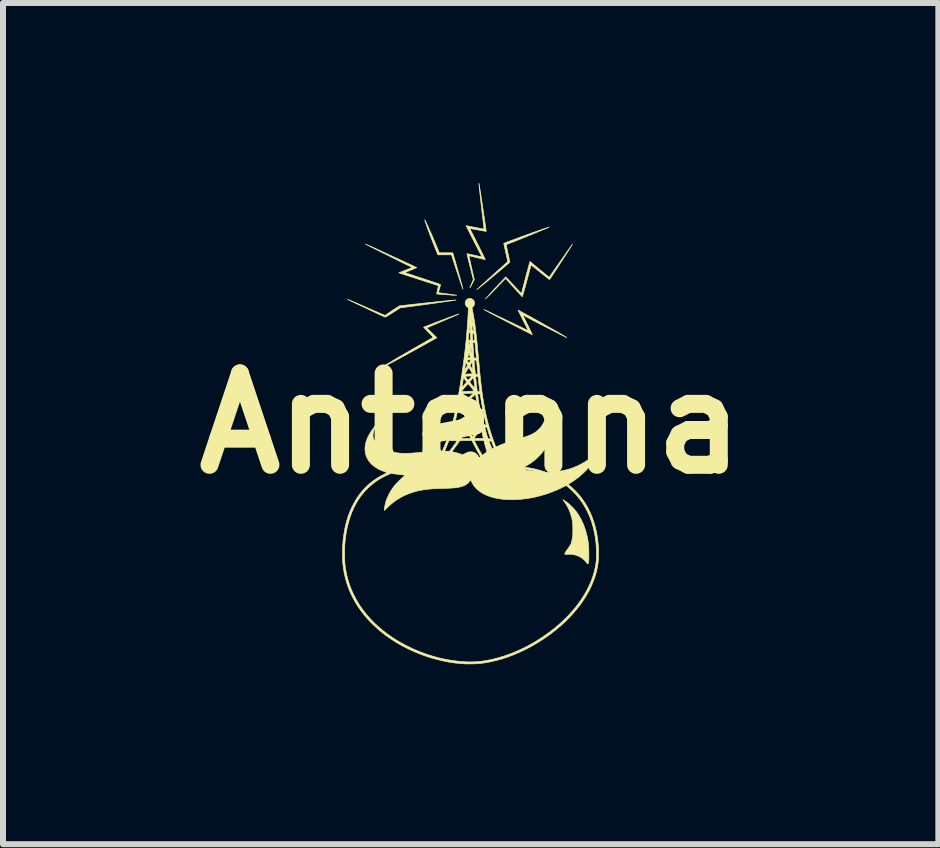
<source format=kicad_pcb>
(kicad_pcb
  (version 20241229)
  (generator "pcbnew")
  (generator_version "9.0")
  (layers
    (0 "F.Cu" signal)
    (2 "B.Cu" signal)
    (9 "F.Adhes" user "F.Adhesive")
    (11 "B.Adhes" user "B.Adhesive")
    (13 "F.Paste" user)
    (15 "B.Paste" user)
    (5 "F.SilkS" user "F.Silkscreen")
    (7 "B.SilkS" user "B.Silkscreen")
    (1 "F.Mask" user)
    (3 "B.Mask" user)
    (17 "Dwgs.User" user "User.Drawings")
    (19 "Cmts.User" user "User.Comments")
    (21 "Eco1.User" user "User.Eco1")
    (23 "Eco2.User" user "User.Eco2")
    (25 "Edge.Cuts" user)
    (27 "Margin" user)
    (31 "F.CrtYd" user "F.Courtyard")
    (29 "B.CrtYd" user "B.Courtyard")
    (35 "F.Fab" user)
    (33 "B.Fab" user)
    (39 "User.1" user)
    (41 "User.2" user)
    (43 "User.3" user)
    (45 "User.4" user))
  (footprint "Antenna"
    (layer "F.Cu")
    (at 4.797 4.01)
    (property "Reference" "Antenna" (at 0 0 0) (layer "F.SilkS") (effects (font (size 1.524 1.524) (thickness 0.3))))
    (attr through_hole)
    (fp_poly (pts (xy -0.764 -3.393) (xy -0.76 -3.385) (xy -0.754 -3.374) (xy -0.747 -3.359) (xy -0.738 -3.34) (xy -0.727 -3.319) (xy -0.716 -3.295) (xy -0.704 -3.269) (xy -0.692 -3.241) (xy -0.679 -3.212) (xy -0.665 -3.183) (xy -0.652 -3.154) (xy -0.649 -3.147) (xy -0.639 -3.125) (xy -0.628 -3.099) (xy -0.616 -3.07) (xy -0.603 -3.039) (xy -0.59 -3.008) (xy -0.577 -2.977) (xy -0.564 -2.947) (xy -0.553 -2.919) (xy -0.542 -2.894) (xy -0.534 -2.873) (xy -0.533 -2.87) (xy -0.523 -2.846) (xy -0.411 -2.845) (xy -0.299 -2.845) (xy -0.296 -2.838) (xy -0.294 -2.832) (xy -0.291 -2.822) (xy -0.286 -2.807) (xy -0.281 -2.788) (xy -0.274 -2.765) (xy -0.267 -2.74) (xy -0.258 -2.712) (xy -0.25 -2.681) (xy -0.241 -2.649) (xy -0.231 -2.616) (xy -0.221 -2.581) (xy -0.211 -2.546) (xy -0.202 -2.511) (xy -0.192 -2.477) (xy -0.182 -2.442) (xy -0.173 -2.41) (xy -0.165 -2.378) (xy -0.157 -2.349) (xy -0.149 -2.322) (xy -0.143 -2.298) (xy -0.138 -2.278) (xy -0.133 -2.261) (xy -0.13 -2.248) (xy -0.128 -2.24) (xy -0.128 -2.236) (xy -0.128 -2.236) (xy -0.129 -2.239) (xy -0.132 -2.246) (xy -0.136 -2.257) (xy -0.141 -2.271) (xy -0.147 -2.288) (xy -0.154 -2.307) (xy -0.155 -2.311) (xy -0.162 -2.332) (xy -0.171 -2.357) (xy -0.181 -2.387) (xy -0.192 -2.419) (xy -0.204 -2.454) (xy -0.216 -2.491) (xy -0.228 -2.529) (xy -0.241 -2.566) (xy -0.253 -2.603) (xy -0.265 -2.639) (xy -0.276 -2.673) (xy -0.286 -2.704) (xy -0.295 -2.731) (xy -0.299 -2.745) (xy -0.32 -2.811) (xy -0.547 -2.811) (xy -0.554 -2.829) (xy -0.579 -2.89) (xy -0.602 -2.947) (xy -0.623 -3) (xy -0.642 -3.049) (xy -0.66 -3.095) (xy -0.677 -3.139) (xy -0.692 -3.18) (xy -0.707 -3.22) (xy -0.721 -3.259) (xy -0.734 -3.295) (xy -0.743 -3.323) (xy -0.751 -3.345) (xy -0.757 -3.363) (xy -0.762 -3.377) (xy -0.765 -3.387) (xy -0.766 -3.392) (xy -0.766 -3.395) (xy -0.766 -3.395) (xy -0.764 -3.393)) (stroke (width 0.01) (type solid)) (fill yes) (layer "F.SilkS"))
    (fp_poly (pts (xy 1.542 1.272) (xy 1.549 1.276) (xy 1.558 1.282) (xy 1.57 1.289) (xy 1.583 1.299) (xy 1.597 1.308) (xy 1.61 1.318) (xy 1.623 1.328) (xy 1.63 1.334) (xy 1.643 1.345) (xy 1.659 1.36) (xy 1.677 1.377) (xy 1.695 1.395) (xy 1.712 1.412) (xy 1.727 1.429) (xy 1.739 1.442) (xy 1.776 1.49) (xy 1.81 1.543) (xy 1.842 1.6) (xy 1.87 1.66) (xy 1.896 1.724) (xy 1.918 1.79) (xy 1.933 1.846) (xy 1.943 1.885) (xy 1.95 1.923) (xy 1.957 1.96) (xy 1.962 1.999) (xy 1.966 2.038) (xy 1.968 2.081) (xy 1.97 2.126) (xy 1.971 2.176) (xy 1.971 2.2) (xy 1.971 2.23) (xy 1.971 2.255) (xy 1.97 2.275) (xy 1.969 2.292) (xy 1.968 2.305) (xy 1.966 2.316) (xy 1.964 2.324) (xy 1.961 2.332) (xy 1.96 2.335) (xy 1.955 2.341) (xy 1.95 2.342) (xy 1.944 2.337) (xy 1.943 2.336) (xy 1.938 2.33) (xy 1.932 2.322) (xy 1.926 2.314) (xy 1.919 2.304) (xy 1.909 2.293) (xy 1.899 2.282) (xy 1.896 2.279) (xy 1.862 2.25) (xy 1.824 2.226) (xy 1.785 2.207) (xy 1.743 2.193) (xy 1.699 2.184) (xy 1.655 2.18) (xy 1.612 2.182) (xy 1.595 2.183) (xy 1.584 2.183) (xy 1.576 2.182) (xy 1.572 2.18) (xy 1.57 2.177) (xy 1.569 2.172) (xy 1.571 2.165) (xy 1.576 2.155) (xy 1.584 2.14) (xy 1.596 2.122) (xy 1.612 2.1) (xy 1.618 2.091) (xy 1.634 2.069) (xy 1.647 2.05) (xy 1.657 2.034) (xy 1.666 2.02) (xy 1.672 2.007) (xy 1.677 1.995) (xy 1.681 1.983) (xy 1.684 1.969) (xy 1.687 1.953) (xy 1.689 1.944) (xy 1.693 1.92) (xy 1.696 1.9) (xy 1.699 1.882) (xy 1.7 1.866) (xy 1.702 1.849) (xy 1.702 1.832) (xy 1.703 1.812) (xy 1.703 1.788) (xy 1.703 1.764) (xy 1.703 1.731) (xy 1.702 1.703) (xy 1.701 1.678) (xy 1.699 1.655) (xy 1.696 1.634) (xy 1.693 1.612) (xy 1.688 1.589) (xy 1.682 1.564) (xy 1.68 1.557) (xy 1.662 1.497) (xy 1.639 1.438) (xy 1.611 1.381) (xy 1.578 1.328) (xy 1.554 1.294) (xy 1.547 1.285) (xy 1.542 1.277) (xy 1.539 1.272) (xy 1.539 1.271) (xy 1.542 1.272)) (stroke (width 0.01) (type solid)) (fill yes) (layer "F.SilkS"))
    (fp_poly (pts (xy -2.048 -2.069) (xy -2.045 -2.067) (xy -2.035 -2.063) (xy -2.024 -2.059) (xy -2.021 -2.057) (xy -2.015 -2.055) (xy -2.004 -2.05) (xy -1.989 -2.044) (xy -1.97 -2.036) (xy -1.948 -2.026) (xy -1.923 -2.015) (xy -1.895 -2.004) (xy -1.865 -1.991) (xy -1.834 -1.977) (xy -1.802 -1.964) (xy -1.77 -1.949) (xy -1.737 -1.935) (xy -1.704 -1.921) (xy -1.672 -1.907) (xy -1.642 -1.894) (xy -1.613 -1.881) (xy -1.586 -1.87) (xy -1.562 -1.859) (xy -1.554 -1.856) (xy -1.427 -1.801) (xy -1.4 -1.82) (xy -1.388 -1.828) (xy -1.372 -1.839) (xy -1.353 -1.852) (xy -1.332 -1.866) (xy -1.31 -1.881) (xy -1.288 -1.896) (xy -1.266 -1.91) (xy -1.246 -1.923) (xy -1.229 -1.934) (xy -1.216 -1.942) (xy -1.187 -1.961) (xy -1.147 -1.965) (xy -1.097 -1.971) (xy -1.046 -1.977) (xy -0.994 -1.983) (xy -0.941 -1.989) (xy -0.888 -1.994) (xy -0.835 -2) (xy -0.783 -2.006) (xy -0.731 -2.011) (xy -0.681 -2.017) (xy -0.631 -2.022) (xy -0.583 -2.027) (xy -0.538 -2.032) (xy -0.494 -2.036) (xy -0.453 -2.04) (xy -0.414 -2.044) (xy -0.379 -2.048) (xy -0.347 -2.051) (xy -0.319 -2.053) (xy -0.295 -2.056) (xy -0.275 -2.057) (xy -0.26 -2.058) (xy -0.249 -2.059) (xy -0.244 -2.059) (xy -0.243 -2.059) (xy -0.243 -2.058) (xy -0.245 -2.058) (xy -0.247 -2.057) (xy -0.252 -2.056) (xy -0.26 -2.055) (xy -0.271 -2.053) (xy -0.285 -2.051) (xy -0.304 -2.048) (xy -0.327 -2.044) (xy -0.355 -2.04) (xy -0.363 -2.039) (xy -0.474 -2.023) (xy -0.59 -2.006) (xy -0.711 -1.989) (xy -0.835 -1.972) (xy -0.962 -1.955) (xy -1.075 -1.94) (xy -1.175 -1.927) (xy -1.218 -1.9) (xy -1.242 -1.884) (xy -1.266 -1.868) (xy -1.29 -1.853) (xy -1.314 -1.838) (xy -1.337 -1.824) (xy -1.358 -1.811) (xy -1.377 -1.799) (xy -1.394 -1.789) (xy -1.408 -1.781) (xy -1.418 -1.776) (xy -1.424 -1.773) (xy -1.426 -1.772) (xy -1.429 -1.774) (xy -1.437 -1.777) (xy -1.449 -1.782) (xy -1.464 -1.789) (xy -1.482 -1.797) (xy -1.502 -1.807) (xy -1.525 -1.817) (xy -1.534 -1.821) (xy -1.564 -1.836) (xy -1.599 -1.852) (xy -1.637 -1.87) (xy -1.678 -1.889) (xy -1.721 -1.91) (xy -1.765 -1.93) (xy -1.808 -1.951) (xy -1.851 -1.972) (xy -1.893 -1.991) (xy -1.932 -2.01) (xy -1.968 -2.027) (xy -1.981 -2.033) (xy -2 -2.042) (xy -2.016 -2.05) (xy -2.031 -2.057) (xy -2.042 -2.063) (xy -2.05 -2.067) (xy -2.053 -2.069) (xy -2.053 -2.069) (xy -2.053 -2.07) (xy -2.048 -2.069)) (stroke (width 0.01) (type solid)) (fill yes) (layer "F.SilkS"))
    (fp_poly (pts (xy -0.198 -1.825) (xy -0.204 -1.822) (xy -0.215 -1.817) (xy -0.23 -1.81) (xy -0.249 -1.802) (xy -0.272 -1.791) (xy -0.299 -1.779) (xy -0.315 -1.772) (xy -0.335 -1.764) (xy -0.358 -1.754) (xy -0.383 -1.743) (xy -0.411 -1.731) (xy -0.44 -1.718) (xy -0.471 -1.705) (xy -0.502 -1.691) (xy -0.533 -1.678) (xy -0.563 -1.665) (xy -0.592 -1.653) (xy -0.62 -1.641) (xy -0.646 -1.63) (xy -0.669 -1.62) (xy -0.688 -1.611) (xy -0.704 -1.605) (xy -0.716 -1.6) (xy -0.722 -1.597) (xy -0.732 -1.594) (xy -0.563 -1.429) (xy -0.576 -1.422) (xy -0.661 -1.374) (xy -0.747 -1.326) (xy -0.833 -1.278) (xy -0.919 -1.231) (xy -1.004 -1.184) (xy -1.087 -1.138) (xy -1.168 -1.094) (xy -1.246 -1.052) (xy -1.32 -1.012) (xy -1.391 -0.975) (xy -1.418 -0.96) (xy -1.451 -0.943) (xy -1.478 -0.929) (xy -1.501 -0.917) (xy -1.521 -0.907) (xy -1.536 -0.899) (xy -1.547 -0.893) (xy -1.555 -0.889) (xy -1.56 -0.887) (xy -1.562 -0.887) (xy -1.562 -0.888) (xy -1.561 -0.889) (xy -1.557 -0.891) (xy -1.548 -0.897) (xy -1.536 -0.904) (xy -1.52 -0.914) (xy -1.501 -0.925) (xy -1.479 -0.939) (xy -1.455 -0.953) (xy -1.43 -0.969) (xy -1.402 -0.985) (xy -1.374 -1.002) (xy -1.345 -1.019) (xy -1.316 -1.036) (xy -1.287 -1.054) (xy -1.26 -1.07) (xy -1.233 -1.086) (xy -1.208 -1.101) (xy -1.184 -1.114) (xy -1.166 -1.125) (xy -1.134 -1.144) (xy -1.099 -1.164) (xy -1.062 -1.185) (xy -1.023 -1.208) (xy -0.983 -1.231) (xy -0.942 -1.255) (xy -0.901 -1.278) (xy -0.862 -1.301) (xy -0.824 -1.322) (xy -0.789 -1.342) (xy -0.756 -1.361) (xy -0.728 -1.377) (xy -0.713 -1.386) (xy -0.693 -1.397) (xy -0.675 -1.407) (xy -0.659 -1.416) (xy -0.645 -1.424) (xy -0.635 -1.43) (xy -0.629 -1.434) (xy -0.627 -1.435) (xy -0.627 -1.437) (xy -0.63 -1.44) (xy -0.635 -1.447) (xy -0.642 -1.455) (xy -0.653 -1.467) (xy -0.667 -1.481) (xy -0.684 -1.5) (xy -0.704 -1.52) (xy -0.722 -1.538) (xy -0.738 -1.555) (xy -0.752 -1.57) (xy -0.764 -1.582) (xy -0.774 -1.592) (xy -0.781 -1.6) (xy -0.784 -1.604) (xy -0.785 -1.604) (xy -0.782 -1.605) (xy -0.775 -1.609) (xy -0.763 -1.614) (xy -0.747 -1.62) (xy -0.727 -1.628) (xy -0.704 -1.637) (xy -0.678 -1.647) (xy -0.65 -1.658) (xy -0.619 -1.67) (xy -0.587 -1.682) (xy -0.554 -1.695) (xy -0.519 -1.708) (xy -0.484 -1.721) (xy -0.449 -1.734) (xy -0.415 -1.747) (xy -0.381 -1.76) (xy -0.356 -1.77) (xy -0.318 -1.783) (xy -0.286 -1.795) (xy -0.258 -1.805) (xy -0.236 -1.814) (xy -0.219 -1.82) (xy -0.206 -1.824) (xy -0.199 -1.826) (xy -0.196 -1.827) (xy -0.198 -1.825)) (stroke (width 0.01) (type solid)) (fill yes) (layer "F.SilkS"))
    (fp_poly (pts (xy 1.312 -3.275) (xy 1.31 -3.274) (xy 1.305 -3.271) (xy 1.303 -3.27) (xy 1.298 -3.268) (xy 1.289 -3.264) (xy 1.276 -3.258) (xy 1.26 -3.252) (xy 1.242 -3.244) (xy 1.222 -3.235) (xy 1.216 -3.233) (xy 1.175 -3.216) (xy 1.13 -3.197) (xy 1.082 -3.177) (xy 1.032 -3.156) (xy 0.98 -3.135) (xy 0.928 -3.114) (xy 0.876 -3.093) (xy 0.825 -3.072) (xy 0.775 -3.053) (xy 0.729 -3.034) (xy 0.686 -3.018) (xy 0.647 -3.003) (xy 0.647 -3.002) (xy 0.592 -2.982) (xy 0.594 -2.973) (xy 0.594 -2.969) (xy 0.596 -2.961) (xy 0.599 -2.948) (xy 0.603 -2.931) (xy 0.607 -2.912) (xy 0.611 -2.89) (xy 0.616 -2.867) (xy 0.621 -2.843) (xy 0.627 -2.818) (xy 0.632 -2.794) (xy 0.637 -2.771) (xy 0.641 -2.75) (xy 0.645 -2.731) (xy 0.649 -2.714) (xy 0.651 -2.702) (xy 0.653 -2.694) (xy 0.653 -2.694) (xy 0.653 -2.692) (xy 0.651 -2.688) (xy 0.647 -2.684) (xy 0.641 -2.678) (xy 0.632 -2.67) (xy 0.62 -2.659) (xy 0.605 -2.646) (xy 0.586 -2.63) (xy 0.568 -2.615) (xy 0.514 -2.569) (xy 0.459 -2.523) (xy 0.404 -2.477) (xy 0.35 -2.432) (xy 0.299 -2.389) (xy 0.249 -2.349) (xy 0.204 -2.311) (xy 0.202 -2.31) (xy 0.176 -2.289) (xy 0.154 -2.271) (xy 0.136 -2.256) (xy 0.122 -2.245) (xy 0.112 -2.238) (xy 0.106 -2.234) (xy 0.105 -2.233) (xy 0.108 -2.237) (xy 0.115 -2.243) (xy 0.181 -2.304) (xy 0.246 -2.363) (xy 0.312 -2.423) (xy 0.379 -2.484) (xy 0.448 -2.546) (xy 0.521 -2.611) (xy 0.524 -2.613) (xy 0.543 -2.631) (xy 0.561 -2.647) (xy 0.577 -2.662) (xy 0.592 -2.675) (xy 0.603 -2.685) (xy 0.611 -2.694) (xy 0.616 -2.699) (xy 0.618 -2.7) (xy 0.617 -2.704) (xy 0.616 -2.712) (xy 0.613 -2.724) (xy 0.61 -2.739) (xy 0.606 -2.756) (xy 0.605 -2.759) (xy 0.598 -2.791) (xy 0.591 -2.822) (xy 0.584 -2.852) (xy 0.578 -2.88) (xy 0.572 -2.907) (xy 0.566 -2.932) (xy 0.562 -2.953) (xy 0.558 -2.972) (xy 0.555 -2.986) (xy 0.553 -2.997) (xy 0.552 -3.002) (xy 0.552 -3.003) (xy 0.556 -3.004) (xy 0.563 -3.008) (xy 0.576 -3.012) (xy 0.592 -3.019) (xy 0.611 -3.026) (xy 0.634 -3.034) (xy 0.658 -3.044) (xy 0.685 -3.054) (xy 0.713 -3.064) (xy 0.743 -3.075) (xy 0.772 -3.086) (xy 0.802 -3.097) (xy 0.831 -3.108) (xy 0.86 -3.118) (xy 0.887 -3.128) (xy 0.912 -3.137) (xy 0.918 -3.139) (xy 0.949 -3.151) (xy 0.981 -3.162) (xy 1.014 -3.174) (xy 1.047 -3.186) (xy 1.08 -3.197) (xy 1.113 -3.209) (xy 1.144 -3.22) (xy 1.174 -3.23) (xy 1.202 -3.24) (xy 1.228 -3.248) (xy 1.251 -3.256) (xy 1.271 -3.263) (xy 1.288 -3.268) (xy 1.3 -3.272) (xy 1.308 -3.275) (xy 1.312 -3.275) (xy 1.312 -3.275)) (stroke (width 0.01) (type solid)) (fill yes) (layer "F.SilkS"))
    (fp_poly (pts (xy 0.22 -1.9) (xy 0.226 -1.897) (xy 0.237 -1.892) (xy 0.252 -1.886) (xy 0.271 -1.877) (xy 0.293 -1.867) (xy 0.319 -1.855) (xy 0.348 -1.841) (xy 0.379 -1.826) (xy 0.413 -1.81) (xy 0.449 -1.793) (xy 0.487 -1.775) (xy 0.526 -1.757) (xy 0.567 -1.737) (xy 0.608 -1.717) (xy 0.65 -1.697) (xy 0.693 -1.677) (xy 0.735 -1.656) (xy 0.752 -1.648) (xy 0.779 -1.635) (xy 0.806 -1.622) (xy 0.832 -1.61) (xy 0.856 -1.598) (xy 0.878 -1.587) (xy 0.897 -1.578) (xy 0.912 -1.571) (xy 0.923 -1.566) (xy 0.924 -1.565) (xy 0.961 -1.547) (xy 0.935 -1.598) (xy 0.923 -1.622) (xy 0.91 -1.647) (xy 0.897 -1.673) (xy 0.884 -1.699) (xy 0.87 -1.726) (xy 0.857 -1.752) (xy 0.845 -1.777) (xy 0.833 -1.801) (xy 0.822 -1.823) (xy 0.812 -1.843) (xy 0.804 -1.86) (xy 0.797 -1.874) (xy 0.792 -1.884) (xy 0.79 -1.89) (xy 0.789 -1.891) (xy 0.792 -1.89) (xy 0.8 -1.886) (xy 0.811 -1.88) (xy 0.827 -1.871) (xy 0.846 -1.861) (xy 0.867 -1.849) (xy 0.892 -1.836) (xy 0.918 -1.822) (xy 0.947 -1.806) (xy 0.977 -1.79) (xy 1.008 -1.773) (xy 1.039 -1.755) (xy 1.071 -1.738) (xy 1.096 -1.724) (xy 1.138 -1.701) (xy 1.179 -1.678) (xy 1.219 -1.655) (xy 1.259 -1.632) (xy 1.299 -1.61) (xy 1.337 -1.588) (xy 1.374 -1.568) (xy 1.409 -1.548) (xy 1.442 -1.529) (xy 1.472 -1.511) (xy 1.5 -1.494) (xy 1.526 -1.479) (xy 1.548 -1.466) (xy 1.567 -1.455) (xy 1.582 -1.446) (xy 1.593 -1.438) (xy 1.601 -1.434) (xy 1.603 -1.431) (xy 1.602 -1.431) (xy 1.6 -1.432) (xy 1.593 -1.436) (xy 1.581 -1.441) (xy 1.566 -1.449) (xy 1.548 -1.458) (xy 1.527 -1.469) (xy 1.503 -1.48) (xy 1.478 -1.493) (xy 1.458 -1.503) (xy 1.411 -1.527) (xy 1.362 -1.552) (xy 1.311 -1.577) (xy 1.259 -1.604) (xy 1.208 -1.63) (xy 1.156 -1.657) (xy 1.106 -1.683) (xy 1.057 -1.708) (xy 1.011 -1.733) (xy 0.969 -1.755) (xy 0.929 -1.776) (xy 0.897 -1.794) (xy 0.886 -1.8) (xy 0.877 -1.804) (xy 0.871 -1.807) (xy 0.869 -1.808) (xy 0.87 -1.805) (xy 0.874 -1.798) (xy 0.88 -1.787) (xy 0.887 -1.771) (xy 0.896 -1.753) (xy 0.907 -1.731) (xy 0.919 -1.707) (xy 0.932 -1.681) (xy 0.945 -1.653) (xy 0.95 -1.644) (xy 0.964 -1.616) (xy 0.977 -1.589) (xy 0.989 -1.564) (xy 1 -1.542) (xy 1.009 -1.522) (xy 1.017 -1.506) (xy 1.023 -1.493) (xy 1.027 -1.484) (xy 1.029 -1.48) (xy 1.029 -1.48) (xy 1.026 -1.481) (xy 1.019 -1.484) (xy 1.007 -1.49) (xy 0.991 -1.498) (xy 0.972 -1.507) (xy 0.949 -1.519) (xy 0.923 -1.532) (xy 0.894 -1.547) (xy 0.863 -1.563) (xy 0.83 -1.58) (xy 0.795 -1.598) (xy 0.758 -1.617) (xy 0.721 -1.636) (xy 0.682 -1.656) (xy 0.643 -1.676) (xy 0.604 -1.696) (xy 0.566 -1.716) (xy 0.527 -1.736) (xy 0.49 -1.756) (xy 0.453 -1.775) (xy 0.418 -1.793) (xy 0.385 -1.811) (xy 0.354 -1.827) (xy 0.325 -1.842) (xy 0.299 -1.856) (xy 0.276 -1.868) (xy 0.256 -1.879) (xy 0.241 -1.887) (xy 0.229 -1.894) (xy 0.221 -1.898) (xy 0.219 -1.9) (xy 0.22 -1.9)) (stroke (width 0.01) (type solid)) (fill yes) (layer "F.SilkS"))
    (fp_poly (pts (xy 1.697 -2.988) (xy 1.693 -2.98) (xy 1.685 -2.968) (xy 1.675 -2.952) (xy 1.662 -2.93) (xy 1.645 -2.905) (xy 1.626 -2.874) (xy 1.603 -2.839) (xy 1.578 -2.8) (xy 1.559 -2.77) (xy 1.538 -2.738) (xy 1.517 -2.705) (xy 1.496 -2.672) (xy 1.475 -2.64) (xy 1.454 -2.608) (xy 1.434 -2.577) (xy 1.414 -2.548) (xy 1.396 -2.52) (xy 1.379 -2.494) (xy 1.364 -2.471) (xy 1.35 -2.45) (xy 1.339 -2.432) (xy 1.329 -2.418) (xy 1.322 -2.408) (xy 1.318 -2.401) (xy 1.317 -2.4) (xy 1.315 -2.4) (xy 1.311 -2.402) (xy 1.304 -2.407) (xy 1.295 -2.413) (xy 1.283 -2.423) (xy 1.267 -2.435) (xy 1.249 -2.45) (xy 1.226 -2.467) (xy 1.2 -2.488) (xy 1.169 -2.513) (xy 1.162 -2.519) (xy 1.136 -2.54) (xy 1.112 -2.559) (xy 1.089 -2.577) (xy 1.069 -2.593) (xy 1.051 -2.607) (xy 1.035 -2.619) (xy 1.023 -2.629) (xy 1.014 -2.635) (xy 1.009 -2.639) (xy 1.007 -2.64) (xy 1.006 -2.636) (xy 1.004 -2.628) (xy 1 -2.617) (xy 0.996 -2.601) (xy 0.992 -2.584) (xy 0.988 -2.57) (xy 0.98 -2.54) (xy 0.972 -2.508) (xy 0.963 -2.475) (xy 0.954 -2.441) (xy 0.944 -2.406) (xy 0.935 -2.372) (xy 0.926 -2.338) (xy 0.916 -2.304) (xy 0.908 -2.272) (xy 0.899 -2.242) (xy 0.891 -2.214) (xy 0.884 -2.188) (xy 0.877 -2.166) (xy 0.872 -2.146) (xy 0.867 -2.131) (xy 0.864 -2.12) (xy 0.862 -2.114) (xy 0.861 -2.113) (xy 0.859 -2.115) (xy 0.853 -2.12) (xy 0.844 -2.129) (xy 0.832 -2.142) (xy 0.818 -2.157) (xy 0.802 -2.175) (xy 0.783 -2.195) (xy 0.763 -2.217) (xy 0.742 -2.24) (xy 0.721 -2.263) (xy 0.583 -2.416) (xy 0.48 -2.311) (xy 0.453 -2.283) (xy 0.427 -2.256) (xy 0.401 -2.23) (xy 0.376 -2.205) (xy 0.353 -2.181) (xy 0.331 -2.159) (xy 0.311 -2.139) (xy 0.293 -2.122) (xy 0.278 -2.106) (xy 0.265 -2.094) (xy 0.255 -2.084) (xy 0.249 -2.078) (xy 0.246 -2.075) (xy 0.246 -2.076) (xy 0.249 -2.08) (xy 0.256 -2.087) (xy 0.266 -2.098) (xy 0.278 -2.112) (xy 0.293 -2.129) (xy 0.31 -2.147) (xy 0.328 -2.167) (xy 0.348 -2.189) (xy 0.369 -2.212) (xy 0.391 -2.236) (xy 0.413 -2.26) (xy 0.435 -2.283) (xy 0.457 -2.307) (xy 0.478 -2.33) (xy 0.498 -2.352) (xy 0.517 -2.372) (xy 0.534 -2.39) (xy 0.549 -2.407) (xy 0.562 -2.42) (xy 0.572 -2.431) (xy 0.58 -2.439) (xy 0.584 -2.443) (xy 0.585 -2.443) (xy 0.587 -2.441) (xy 0.593 -2.435) (xy 0.601 -2.426) (xy 0.613 -2.414) (xy 0.627 -2.4) (xy 0.642 -2.383) (xy 0.66 -2.365) (xy 0.678 -2.346) (xy 0.697 -2.325) (xy 0.717 -2.305) (xy 0.736 -2.284) (xy 0.755 -2.264) (xy 0.773 -2.244) (xy 0.79 -2.226) (xy 0.806 -2.209) (xy 0.817 -2.197) (xy 0.828 -2.185) (xy 0.836 -2.177) (xy 0.842 -2.173) (xy 0.845 -2.171) (xy 0.847 -2.171) (xy 0.847 -2.172) (xy 0.848 -2.176) (xy 0.851 -2.185) (xy 0.854 -2.198) (xy 0.859 -2.214) (xy 0.864 -2.233) (xy 0.869 -2.255) (xy 0.875 -2.279) (xy 0.876 -2.283) (xy 0.892 -2.342) (xy 0.906 -2.398) (xy 0.92 -2.452) (xy 0.935 -2.506) (xy 0.95 -2.562) (xy 0.959 -2.596) (xy 0.966 -2.623) (xy 0.972 -2.645) (xy 0.977 -2.662) (xy 0.981 -2.675) (xy 0.984 -2.685) (xy 0.986 -2.692) (xy 0.988 -2.696) (xy 0.989 -2.699) (xy 0.99 -2.699) (xy 0.991 -2.699) (xy 0.992 -2.699) (xy 0.994 -2.696) (xy 1.001 -2.691) (xy 1.011 -2.682) (xy 1.025 -2.671) (xy 1.041 -2.658) (xy 1.06 -2.642) (xy 1.082 -2.624) (xy 1.105 -2.605) (xy 1.13 -2.585) (xy 1.151 -2.567) (xy 1.176 -2.546) (xy 1.201 -2.526) (xy 1.224 -2.507) (xy 1.245 -2.49) (xy 1.263 -2.475) (xy 1.279 -2.463) (xy 1.292 -2.452) (xy 1.302 -2.445) (xy 1.308 -2.441) (xy 1.309 -2.44) (xy 1.312 -2.442) (xy 1.317 -2.449) (xy 1.324 -2.459) (xy 1.333 -2.472) (xy 1.343 -2.486) (xy 1.349 -2.496) (xy 1.376 -2.534) (xy 1.405 -2.576) (xy 1.437 -2.622) (xy 1.472 -2.671) (xy 1.508 -2.723) (xy 1.546 -2.777) (xy 1.586 -2.834) (xy 1.626 -2.891) (xy 1.668 -2.95) (xy 1.689 -2.98) (xy 1.694 -2.986) (xy 1.697 -2.99) (xy 1.698 -2.99) (xy 1.697 -2.988)) (stroke (width 0.01) (type solid)) (fill yes) (layer "F.SilkS"))
    (fp_poly (pts (xy -1.752 -2.99) (xy -1.744 -2.987) (xy -1.732 -2.982) (xy -1.715 -2.974) (xy -1.693 -2.965) (xy -1.666 -2.953) (xy -1.634 -2.938) (xy -1.598 -2.922) (xy -1.556 -2.903) (xy -1.509 -2.882) (xy -1.457 -2.858) (xy -1.439 -2.85) (xy -1.405 -2.834) (xy -1.369 -2.818) (xy -1.333 -2.801) (xy -1.296 -2.784) (xy -1.258 -2.766) (xy -1.22 -2.749) (xy -1.183 -2.732) (xy -1.147 -2.715) (xy -1.112 -2.699) (xy -1.078 -2.683) (xy -1.046 -2.668) (xy -1.016 -2.655) (xy -0.989 -2.642) (xy -0.965 -2.631) (xy -0.944 -2.621) (xy -0.927 -2.612) (xy -0.913 -2.606) (xy -0.904 -2.602) (xy -0.9 -2.599) (xy -0.899 -2.599) (xy -0.901 -2.597) (xy -0.908 -2.594) (xy -0.921 -2.588) (xy -0.938 -2.581) (xy -0.961 -2.571) (xy -0.989 -2.559) (xy -1.022 -2.546) (xy -1.052 -2.534) (xy -1.066 -2.528) (xy -1.078 -2.523) (xy -1.087 -2.518) (xy -1.092 -2.515) (xy -1.093 -2.514) (xy -1.089 -2.513) (xy -1.082 -2.51) (xy -1.072 -2.507) (xy -1.067 -2.505) (xy -1.057 -2.502) (xy -1.042 -2.497) (xy -1.023 -2.491) (xy -1.001 -2.483) (xy -0.974 -2.475) (xy -0.945 -2.465) (xy -0.913 -2.454) (xy -0.879 -2.443) (xy -0.843 -2.431) (xy -0.805 -2.419) (xy -0.778 -2.41) (xy -0.731 -2.394) (xy -0.689 -2.381) (xy -0.653 -2.368) (xy -0.62 -2.357) (xy -0.593 -2.348) (xy -0.569 -2.34) (xy -0.549 -2.333) (xy -0.534 -2.328) (xy -0.521 -2.323) (xy -0.512 -2.319) (xy -0.506 -2.317) (xy -0.503 -2.315) (xy -0.502 -2.314) (xy -0.503 -2.311) (xy -0.505 -2.302) (xy -0.508 -2.29) (xy -0.512 -2.274) (xy -0.517 -2.257) (xy -0.52 -2.245) (xy -0.538 -2.18) (xy -0.5 -2.175) (xy -0.48 -2.173) (xy -0.458 -2.17) (xy -0.435 -2.167) (xy -0.41 -2.163) (xy -0.384 -2.16) (xy -0.359 -2.156) (xy -0.334 -2.153) (xy -0.311 -2.149) (xy -0.289 -2.146) (xy -0.27 -2.143) (xy -0.254 -2.141) (xy -0.242 -2.139) (xy -0.234 -2.138) (xy -0.232 -2.138) (xy -0.233 -2.137) (xy -0.24 -2.137) (xy -0.251 -2.137) (xy -0.266 -2.137) (xy -0.284 -2.138) (xy -0.305 -2.139) (xy -0.327 -2.141) (xy -0.327 -2.141) (xy -0.372 -2.144) (xy -0.411 -2.147) (xy -0.445 -2.149) (xy -0.474 -2.151) (xy -0.499 -2.153) (xy -0.519 -2.155) (xy -0.535 -2.156) (xy -0.548 -2.157) (xy -0.557 -2.158) (xy -0.562 -2.159) (xy -0.565 -2.159) (xy -0.565 -2.159) (xy -0.566 -2.162) (xy -0.565 -2.168) (xy -0.564 -2.177) (xy -0.561 -2.192) (xy -0.557 -2.211) (xy -0.554 -2.224) (xy -0.55 -2.243) (xy -0.546 -2.259) (xy -0.543 -2.274) (xy -0.54 -2.285) (xy -0.539 -2.291) (xy -0.538 -2.293) (xy -0.539 -2.294) (xy -0.541 -2.296) (xy -0.544 -2.298) (xy -0.55 -2.301) (xy -0.559 -2.304) (xy -0.572 -2.308) (xy -0.588 -2.314) (xy -0.608 -2.32) (xy -0.633 -2.328) (xy -0.643 -2.332) (xy -0.67 -2.34) (xy -0.701 -2.35) (xy -0.737 -2.361) (xy -0.776 -2.374) (xy -0.819 -2.388) (xy -0.864 -2.402) (xy -0.911 -2.418) (xy -0.961 -2.434) (xy -1.011 -2.45) (xy -1.062 -2.467) (xy -1.113 -2.483) (xy -1.139 -2.492) (xy -1.156 -2.497) (xy -1.171 -2.502) (xy -1.183 -2.507) (xy -1.192 -2.51) (xy -1.196 -2.511) (xy -1.197 -2.512) (xy -1.194 -2.513) (xy -1.187 -2.516) (xy -1.175 -2.521) (xy -1.161 -2.527) (xy -1.143 -2.534) (xy -1.122 -2.542) (xy -1.1 -2.551) (xy -1.093 -2.554) (xy -1.07 -2.563) (xy -1.048 -2.571) (xy -1.028 -2.579) (xy -1.011 -2.586) (xy -0.997 -2.591) (xy -0.988 -2.595) (xy -0.982 -2.597) (xy -0.982 -2.598) (xy -0.98 -2.599) (xy -0.979 -2.6) (xy -0.98 -2.601) (xy -0.984 -2.604) (xy -0.99 -2.607) (xy -0.999 -2.612) (xy -1.011 -2.619) (xy -1.028 -2.627) (xy -1.048 -2.637) (xy -1.061 -2.643) (xy -1.08 -2.652) (xy -1.102 -2.663) (xy -1.128 -2.676) (xy -1.156 -2.69) (xy -1.186 -2.705) (xy -1.219 -2.721) (xy -1.253 -2.738) (xy -1.288 -2.756) (xy -1.325 -2.774) (xy -1.361 -2.792) (xy -1.399 -2.811) (xy -1.436 -2.829) (xy -1.472 -2.847) (xy -1.508 -2.865) (xy -1.543 -2.883) (xy -1.576 -2.9) (xy -1.608 -2.915) (xy -1.637 -2.93) (xy -1.664 -2.944) (xy -1.688 -2.956) (xy -1.709 -2.967) (xy -1.726 -2.975) (xy -1.74 -2.982) (xy -1.749 -2.987) (xy -1.754 -2.99) (xy -1.755 -2.99) (xy -1.752 -2.99)) (stroke (width 0.01) (type solid)) (fill yes) (layer "F.SilkS"))
    (fp_poly (pts (xy 0.138 -4.003) (xy 0.139 -3.999) (xy 0.141 -3.99) (xy 0.144 -3.976) (xy 0.147 -3.958) (xy 0.15 -3.935) (xy 0.155 -3.909) (xy 0.159 -3.88) (xy 0.164 -3.848) (xy 0.169 -3.814) (xy 0.175 -3.778) (xy 0.181 -3.739) (xy 0.187 -3.7) (xy 0.193 -3.66) (xy 0.199 -3.619) (xy 0.205 -3.578) (xy 0.211 -3.537) (xy 0.217 -3.497) (xy 0.223 -3.458) (xy 0.229 -3.42) (xy 0.234 -3.384) (xy 0.239 -3.35) (xy 0.244 -3.318) (xy 0.248 -3.29) (xy 0.251 -3.265) (xy 0.254 -3.243) (xy 0.256 -3.226) (xy 0.258 -3.213) (xy 0.259 -3.204) (xy 0.259 -3.201) (xy 0.256 -3.202) (xy 0.248 -3.203) (xy 0.236 -3.205) (xy 0.219 -3.208) (xy 0.2 -3.212) (xy 0.177 -3.216) (xy 0.152 -3.22) (xy 0.126 -3.225) (xy 0.123 -3.226) (xy 0.096 -3.231) (xy 0.071 -3.235) (xy 0.048 -3.24) (xy 0.028 -3.243) (xy 0.011 -3.246) (xy -0.001 -3.248) (xy -0.01 -3.25) (xy -0.013 -3.25) (xy -0.013 -3.25) (xy -0.012 -3.247) (xy -0.009 -3.24) (xy -0.004 -3.229) (xy 0.004 -3.215) (xy 0.012 -3.198) (xy 0.022 -3.179) (xy 0.031 -3.161) (xy 0.045 -3.135) (xy 0.059 -3.107) (xy 0.074 -3.077) (xy 0.089 -3.047) (xy 0.105 -3.015) (xy 0.121 -2.984) (xy 0.137 -2.953) (xy 0.152 -2.922) (xy 0.167 -2.892) (xy 0.181 -2.863) (xy 0.194 -2.837) (xy 0.206 -2.812) (xy 0.217 -2.79) (xy 0.226 -2.771) (xy 0.234 -2.755) (xy 0.24 -2.743) (xy 0.243 -2.736) (xy 0.244 -2.733) (xy 0.244 -2.733) (xy 0.241 -2.733) (xy 0.233 -2.734) (xy 0.22 -2.737) (xy 0.204 -2.741) (xy 0.183 -2.745) (xy 0.16 -2.751) (xy 0.133 -2.757) (xy 0.105 -2.764) (xy 0.075 -2.771) (xy 0.043 -2.779) (xy 0.023 -2.784) (xy 0.007 -2.788) (xy -0.007 -2.791) (xy -0.018 -2.793) (xy -0.025 -2.794) (xy -0.028 -2.794) (xy -0.027 -2.791) (xy -0.026 -2.783) (xy -0.023 -2.771) (xy -0.019 -2.754) (xy -0.015 -2.735) (xy -0.01 -2.712) (xy -0.004 -2.687) (xy 0.002 -2.66) (xy 0.003 -2.656) (xy 0.009 -2.626) (xy 0.016 -2.596) (xy 0.023 -2.566) (xy 0.029 -2.538) (xy 0.035 -2.512) (xy 0.04 -2.489) (xy 0.045 -2.469) (xy 0.047 -2.458) (xy 0.061 -2.397) (xy 0.026 -2.331) (xy 0.014 -2.308) (xy 0.004 -2.29) (xy -0.004 -2.276) (xy -0.009 -2.267) (xy -0.012 -2.263) (xy -0.013 -2.262) (xy -0.012 -2.266) (xy -0.01 -2.272) (xy -0.007 -2.278) (xy -0.003 -2.289) (xy 0.003 -2.303) (xy 0.01 -2.319) (xy 0.018 -2.336) (xy 0.02 -2.341) (xy 0.044 -2.398) (xy -0.01 -2.614) (xy -0.019 -2.648) (xy -0.027 -2.68) (xy -0.034 -2.711) (xy -0.041 -2.738) (xy -0.047 -2.763) (xy -0.052 -2.785) (xy -0.056 -2.803) (xy -0.059 -2.817) (xy -0.061 -2.826) (xy -0.062 -2.83) (xy -0.062 -2.831) (xy -0.059 -2.83) (xy -0.051 -2.828) (xy -0.039 -2.826) (xy -0.023 -2.823) (xy -0.005 -2.819) (xy 0.016 -2.814) (xy 0.038 -2.81) (xy 0.061 -2.805) (xy 0.084 -2.8) (xy 0.106 -2.795) (xy 0.127 -2.79) (xy 0.146 -2.786) (xy 0.154 -2.784) (xy 0.166 -2.782) (xy 0.176 -2.78) (xy 0.183 -2.779) (xy 0.186 -2.778) (xy 0.185 -2.781) (xy 0.181 -2.788) (xy 0.176 -2.799) (xy 0.168 -2.814) (xy 0.159 -2.833) (xy 0.148 -2.854) (xy 0.136 -2.877) (xy 0.123 -2.903) (xy 0.111 -2.927) (xy 0.092 -2.964) (xy 0.073 -3.001) (xy 0.054 -3.037) (xy 0.036 -3.073) (xy 0.019 -3.107) (xy 0.003 -3.139) (xy -0.013 -3.169) (xy -0.027 -3.197) (xy -0.039 -3.222) (xy -0.05 -3.244) (xy -0.06 -3.263) (xy -0.067 -3.278) (xy -0.072 -3.289) (xy -0.075 -3.296) (xy -0.076 -3.298) (xy -0.073 -3.297) (xy -0.065 -3.296) (xy -0.053 -3.294) (xy -0.036 -3.29) (xy -0.016 -3.287) (xy 0.007 -3.282) (xy 0.032 -3.277) (xy 0.059 -3.272) (xy 0.073 -3.269) (xy 0.101 -3.264) (xy 0.127 -3.258) (xy 0.152 -3.254) (xy 0.173 -3.249) (xy 0.191 -3.246) (xy 0.206 -3.243) (xy 0.216 -3.242) (xy 0.221 -3.241) (xy 0.222 -3.241) (xy 0.222 -3.244) (xy 0.221 -3.252) (xy 0.22 -3.264) (xy 0.218 -3.28) (xy 0.216 -3.299) (xy 0.213 -3.322) (xy 0.21 -3.346) (xy 0.209 -3.357) (xy 0.203 -3.409) (xy 0.197 -3.458) (xy 0.191 -3.505) (xy 0.186 -3.552) (xy 0.181 -3.597) (xy 0.175 -3.644) (xy 0.17 -3.691) (xy 0.165 -3.74) (xy 0.159 -3.792) (xy 0.153 -3.846) (xy 0.147 -3.905) (xy 0.14 -3.968) (xy 0.137 -3.996) (xy 0.137 -4.003) (xy 0.137 -4.005) (xy 0.138 -4.003)) (stroke (width 0.01) (type solid)) (fill yes) (layer "F.SilkS"))
    (fp_poly (pts (xy 0.002 -2.084) (xy 0.019 -2.078) (xy 0.036 -2.067) (xy 0.045 -2.059) (xy 0.057 -2.042) (xy 0.064 -2.025) (xy 0.066 -2.005) (xy 0.066 -2.002) (xy 0.063 -1.984) (xy 0.055 -1.967) (xy 0.044 -1.951) (xy 0.031 -1.939) (xy 0.027 -1.937) (xy 0.025 -1.935) (xy 0.024 -1.933) (xy 0.024 -1.929) (xy 0.025 -1.923) (xy 0.026 -1.914) (xy 0.028 -1.9) (xy 0.032 -1.883) (xy 0.033 -1.874) (xy 0.041 -1.835) (xy 0.048 -1.797) (xy 0.054 -1.758) (xy 0.061 -1.719) (xy 0.067 -1.678) (xy 0.073 -1.636) (xy 0.079 -1.592) (xy 0.084 -1.546) (xy 0.09 -1.497) (xy 0.096 -1.445) (xy 0.102 -1.389) (xy 0.108 -1.33) (xy 0.114 -1.267) (xy 0.121 -1.199) (xy 0.127 -1.126) (xy 0.134 -1.053) (xy 0.139 -1.001) (xy 0.143 -0.955) (xy 0.147 -0.913) (xy 0.15 -0.874) (xy 0.154 -0.839) (xy 0.157 -0.806) (xy 0.16 -0.775) (xy 0.163 -0.744) (xy 0.166 -0.715) (xy 0.17 -0.685) (xy 0.172 -0.66) (xy 0.187 -0.542) (xy 0.203 -0.429) (xy 0.221 -0.321) (xy 0.241 -0.217) (xy 0.262 -0.116) (xy 0.286 -0.018) (xy 0.312 0.077) (xy 0.34 0.169) (xy 0.358 0.223) (xy 0.365 0.243) (xy 0.373 0.265) (xy 0.38 0.286) (xy 0.388 0.308) (xy 0.395 0.328) (xy 0.402 0.347) (xy 0.409 0.363) (xy 0.414 0.376) (xy 0.418 0.385) (xy 0.42 0.39) (xy 0.42 0.39) (xy 0.423 0.39) (xy 0.431 0.388) (xy 0.441 0.384) (xy 0.452 0.379) (xy 0.48 0.366) (xy 0.51 0.353) (xy 0.542 0.341) (xy 0.576 0.328) (xy 0.614 0.315) (xy 0.656 0.301) (xy 0.702 0.287) (xy 0.753 0.272) (xy 0.778 0.264) (xy 0.826 0.25) (xy 0.869 0.237) (xy 0.908 0.224) (xy 0.942 0.212) (xy 0.973 0.2) (xy 1 0.189) (xy 1.025 0.177) (xy 1.047 0.166) (xy 1.067 0.153) (xy 1.086 0.141) (xy 1.104 0.127) (xy 1.121 0.112) (xy 1.137 0.096) (xy 1.166 0.065) (xy 1.191 0.031) (xy 1.213 -0.007) (xy 1.233 -0.049) (xy 1.251 -0.095) (xy 1.266 -0.146) (xy 1.278 -0.201) (xy 1.289 -0.261) (xy 1.292 -0.285) (xy 1.294 -0.299) (xy 1.296 -0.309) (xy 1.297 -0.315) (xy 1.299 -0.317) (xy 1.301 -0.314) (xy 1.304 -0.306) (xy 1.308 -0.293) (xy 1.313 -0.275) (xy 1.315 -0.268) (xy 1.334 -0.196) (xy 1.347 -0.124) (xy 1.354 -0.051) (xy 1.356 0.01) (xy 1.353 0.072) (xy 1.347 0.131) (xy 1.337 0.188) (xy 1.322 0.243) (xy 1.303 0.297) (xy 1.292 0.322) (xy 1.264 0.379) (xy 1.23 0.434) (xy 1.192 0.486) (xy 1.149 0.536) (xy 1.101 0.582) (xy 1.049 0.626) (xy 0.993 0.667) (xy 0.933 0.704) (xy 0.922 0.71) (xy 0.892 0.727) (xy 0.916 0.73) (xy 0.999 0.744) (xy 1.078 0.761) (xy 1.155 0.781) (xy 1.208 0.797) (xy 1.264 0.816) (xy 1.321 0.813) (xy 1.407 0.806) (xy 1.491 0.795) (xy 1.571 0.779) (xy 1.648 0.758) (xy 1.722 0.732) (xy 1.793 0.702) (xy 1.86 0.667) (xy 1.925 0.628) (xy 1.986 0.584) (xy 2.044 0.535) (xy 2.099 0.481) (xy 2.116 0.463) (xy 2.126 0.452) (xy 2.134 0.445) (xy 2.138 0.441) (xy 2.14 0.441) (xy 2.14 0.445) (xy 2.137 0.454) (xy 2.131 0.468) (xy 2.124 0.486) (xy 2.123 0.487) (xy 2.094 0.549) (xy 2.059 0.61) (xy 2.019 0.669) (xy 1.974 0.727) (xy 1.924 0.782) (xy 1.87 0.835) (xy 1.811 0.886) (xy 1.766 0.921) (xy 1.745 0.936) (xy 1.723 0.952) (xy 1.7 0.968) (xy 1.677 0.982) (xy 1.657 0.995) (xy 1.646 1.002) (xy 1.637 1.007) (xy 1.63 1.012) (xy 1.626 1.015) (xy 1.626 1.016) (xy 1.628 1.018) (xy 1.633 1.023) (xy 1.642 1.03) (xy 1.646 1.033) (xy 1.68 1.061) (xy 1.715 1.094) (xy 1.75 1.129) (xy 1.785 1.166) (xy 1.818 1.205) (xy 1.849 1.243) (xy 1.853 1.249) (xy 1.902 1.319) (xy 1.946 1.392) (xy 1.985 1.469) (xy 2.02 1.549) (xy 2.05 1.632) (xy 2.076 1.718) (xy 2.097 1.807) (xy 2.113 1.899) (xy 2.123 1.983) (xy 2.13 2.06) (xy 2.133 2.134) (xy 2.133 2.205) (xy 2.13 2.272) (xy 2.123 2.338) (xy 2.112 2.402) (xy 2.099 2.465) (xy 2.098 2.468) (xy 2.075 2.548) (xy 2.047 2.627) (xy 2.014 2.707) (xy 1.975 2.786) (xy 1.931 2.864) (xy 1.883 2.941) (xy 1.829 3.018) (xy 1.771 3.093) (xy 1.708 3.167) (xy 1.641 3.239) (xy 1.57 3.31) (xy 1.495 3.379) (xy 1.415 3.445) (xy 1.332 3.51) (xy 1.245 3.572) (xy 1.215 3.592) (xy 1.118 3.654) (xy 1.02 3.712) (xy 0.921 3.764) (xy 0.821 3.812) (xy 0.72 3.855) (xy 0.619 3.894) (xy 0.519 3.927) (xy 0.418 3.954) (xy 0.318 3.977) (xy 0.219 3.994) (xy 0.145 4.003) (xy 0.133 4.004) (xy 0.116 4.005) (xy 0.095 4.006) (xy 0.072 4.007) (xy 0.046 4.008) (xy 0.021 4.009) (xy -0.005 4.009) (xy -0.03 4.009) (xy -0.052 4.01) (xy -0.072 4.009) (xy -0.088 4.009) (xy -0.097 4.009) (xy -0.105 4.008) (xy -0.118 4.007) (xy -0.132 4.006) (xy -0.148 4.005) (xy -0.152 4.005) (xy -0.254 3.995) (xy -0.358 3.98) (xy -0.462 3.959) (xy -0.566 3.934) (xy -0.671 3.905) (xy -0.774 3.871) (xy -0.876 3.832) (xy -0.977 3.789) (xy -1.035 3.762) (xy -1.133 3.712) (xy -1.227 3.659) (xy -1.317 3.602) (xy -1.403 3.543) (xy -1.485 3.48) (xy -1.562 3.414) (xy -1.635 3.346) (xy -1.704 3.275) (xy -1.768 3.202) (xy -1.827 3.126) (xy -1.882 3.048) (xy -1.931 2.967) (xy -1.975 2.885) (xy -2.005 2.821) (xy -2.039 2.739) (xy -2.067 2.657) (xy -2.091 2.572) (xy -2.11 2.486) (xy -2.124 2.397) (xy -2.134 2.311) (xy -2.135 2.295) (xy -2.136 2.274) (xy -2.137 2.249) (xy -2.137 2.221) (xy -2.137 2.192) (xy -2.137 2.172) (xy -2.101 2.172) (xy -2.101 2.208) (xy -2.101 2.24) (xy -2.1 2.268) (xy -2.099 2.293) (xy -2.098 2.317) (xy -2.096 2.339) (xy -2.094 2.361) (xy -2.091 2.384) (xy -2.087 2.409) (xy -2.083 2.436) (xy -2.081 2.447) (xy -2.064 2.536) (xy -2.041 2.623) (xy -2.012 2.709) (xy -1.979 2.793) (xy -1.94 2.875) (xy -1.896 2.956) (xy -1.848 3.035) (xy -1.794 3.111) (xy -1.736 3.185) (xy -1.673 3.257) (xy -1.606 3.326) (xy -1.534 3.393) (xy -1.457 3.457) (xy -1.377 3.518) (xy -1.292 3.577) (xy -1.203 3.632) (xy -1.11 3.684) (xy -1.058 3.711) (xy -0.952 3.762) (xy -0.844 3.807) (xy -0.735 3.847) (xy -0.624 3.882) (xy -0.513 3.912) (xy -0.401 3.936) (xy -0.289 3.954) (xy -0.177 3.967) (xy -0.064 3.975) (xy -0.062 3.975) (xy -0.047 3.975) (xy -0.027 3.975) (xy -0.004 3.975) (xy 0.02 3.975) (xy 0.045 3.974) (xy 0.069 3.973) (xy 0.09 3.972) (xy 0.108 3.971) (xy 0.114 3.971) (xy 0.205 3.961) (xy 0.297 3.945) (xy 0.39 3.925) (xy 0.484 3.9) (xy 0.579 3.87) (xy 0.674 3.836) (xy 0.768 3.797) (xy 0.862 3.754) (xy 0.956 3.707) (xy 1.048 3.655) (xy 1.139 3.6) (xy 1.228 3.541) (xy 1.314 3.479) (xy 1.399 3.414) (xy 1.476 3.348) (xy 1.494 3.332) (xy 1.515 3.313) (xy 1.538 3.291) (xy 1.562 3.268) (xy 1.586 3.244) (xy 1.609 3.221) (xy 1.631 3.199) (xy 1.65 3.179) (xy 1.664 3.163) (xy 1.73 3.088) (xy 1.79 3.011) (xy 1.845 2.934) (xy 1.895 2.856) (xy 1.939 2.778) (xy 1.978 2.699) (xy 2.012 2.621) (xy 2.04 2.541) (xy 2.063 2.462) (xy 2.08 2.383) (xy 2.087 2.342) (xy 2.09 2.317) (xy 2.093 2.292) (xy 2.095 2.268) (xy 2.096 2.242) (xy 2.097 2.213) (xy 2.097 2.181) (xy 2.097 2.173) (xy 2.095 2.075) (xy 2.088 1.981) (xy 2.076 1.889) (xy 2.059 1.799) (xy 2.038 1.713) (xy 2.013 1.63) (xy 1.983 1.55) (xy 1.948 1.472) (xy 1.909 1.399) (xy 1.866 1.328) (xy 1.818 1.261) (xy 1.765 1.197) (xy 1.727 1.156) (xy 1.708 1.137) (xy 1.687 1.116) (xy 1.664 1.096) (xy 1.643 1.076) (xy 1.622 1.059) (xy 1.608 1.047) (xy 1.591 1.035) (xy 1.532 1.065) (xy 1.438 1.109) (xy 1.343 1.147) (xy 1.246 1.181) (xy 1.148 1.209) (xy 1.05 1.233) (xy 0.951 1.25) (xy 0.851 1.263) (xy 0.752 1.269) (xy 0.745 1.27) (xy 0.671 1.271) (xy 0.599 1.268) (xy 0.531 1.263) (xy 0.466 1.254) (xy 0.404 1.242) (xy 0.346 1.227) (xy 0.292 1.208) (xy 0.241 1.187) (xy 0.195 1.163) (xy 0.153 1.135) (xy 0.115 1.105) (xy 0.081 1.073) (xy 0.052 1.037) (xy 0.029 0.999) (xy 0.022 0.986) (xy 0.016 0.974) (xy 0.011 0.963) (xy 0.007 0.955) (xy 0.006 0.952) (xy 0.003 0.947) (xy -0.000309 0.945) (xy -0.005 0.947) (xy -0.011 0.954) (xy -0.018 0.963) (xy -0.038 0.988) (xy -0.062 1.009) (xy -0.09 1.027) (xy -0.122 1.042) (xy -0.159 1.054) (xy -0.2 1.064) (xy -0.214 1.067) (xy -0.229 1.069) (xy -0.244 1.071) (xy -0.259 1.073) (xy -0.276 1.074) (xy -0.294 1.076) (xy -0.314 1.077) (xy -0.338 1.078) (xy -0.364 1.08) (xy -0.394 1.081) (xy -0.429 1.082) (xy -0.468 1.083) (xy -0.491 1.084) (xy -0.538 1.085) (xy -0.58 1.087) (xy -0.618 1.089) (xy -0.652 1.091) (xy -0.685 1.094) (xy -0.715 1.097) (xy -0.745 1.101) (xy -0.775 1.105) (xy -0.804 1.109) (xy -0.883 1.125) (xy -0.958 1.145) (xy -1.03 1.17) (xy -1.1 1.199) (xy -1.166 1.233) (xy -1.23 1.272) (xy -1.28 1.308) (xy -1.304 1.327) (xy -1.328 1.346) (xy -1.352 1.368) (xy -1.378 1.392) (xy -1.398 1.411) (xy -1.411 1.424) (xy -1.423 1.434) (xy -1.432 1.443) (xy -1.438 1.448) (xy -1.442 1.45) (xy -1.442 1.45) (xy -1.442 1.445) (xy -1.441 1.437) (xy -1.439 1.425) (xy -1.438 1.412) (xy -1.427 1.354) (xy -1.412 1.296) (xy -1.39 1.239) (xy -1.364 1.182) (xy -1.333 1.126) (xy -1.296 1.072) (xy -1.273 1.041) (xy -1.257 1.023) (xy -1.238 1.001) (xy -1.216 0.979) (xy -1.194 0.956) (xy -1.171 0.934) (xy -1.149 0.913) (xy -1.129 0.896) (xy -1.128 0.895) (xy -1.116 0.885) (xy -1.106 0.877) (xy -1.099 0.87) (xy -1.094 0.866) (xy -1.093 0.864) (xy -1.097 0.863) (xy -1.105 0.862) (xy -1.119 0.86) (xy -1.136 0.857) (xy -1.156 0.855) (xy -1.18 0.852) (xy -1.206 0.849) (xy -1.212 0.848) (xy -1.232 0.846) (xy -1.253 0.843) (xy -1.271 0.841) (xy -1.287 0.839) (xy -1.299 0.837) (xy -1.302 0.837) (xy -1.327 0.832) (xy -1.368 0.85) (xy -1.439 0.883) (xy -1.507 0.92) (xy -1.571 0.96) (xy -1.631 1.005) (xy -1.689 1.055) (xy -1.72 1.085) (xy -1.751 1.116) (xy -1.778 1.146) (xy -1.802 1.175) (xy -1.826 1.204) (xy -1.849 1.237) (xy -1.865 1.26) (xy -1.906 1.326) (xy -1.943 1.396) (xy -1.976 1.47) (xy -2.006 1.548) (xy -2.031 1.629) (xy -2.053 1.713) (xy -2.071 1.8) (xy -2.085 1.889) (xy -2.088 1.919) (xy -2.091 1.948) (xy -2.094 1.973) (xy -2.096 1.995) (xy -2.098 2.017) (xy -2.099 2.038) (xy -2.1 2.06) (xy -2.1 2.084) (xy -2.101 2.11) (xy -2.101 2.14) (xy -2.101 2.172) (xy -2.137 2.172) (xy -2.137 2.161) (xy -2.137 2.131) (xy -2.137 2.102) (xy -2.136 2.075) (xy -2.135 2.051) (xy -2.134 2.031) (xy -2.134 2.029) (xy -2.126 1.936) (xy -2.114 1.847) (xy -2.1 1.763) (xy -2.082 1.682) (xy -2.061 1.604) (xy -2.037 1.53) (xy -2.009 1.459) (xy -1.978 1.389) (xy -1.974 1.381) (xy -1.935 1.308) (xy -1.893 1.239) (xy -1.847 1.174) (xy -1.798 1.114) (xy -1.744 1.057) (xy -1.687 1.005) (xy -1.626 0.957) (xy -1.561 0.912) (xy -1.492 0.872) (xy -1.444 0.847) (xy -1.389 0.819) (xy -1.423 0.808) (xy 1.119 0.808) (xy 1.119 0.81) (xy 1.12 0.81) (xy 1.123 0.809) (xy 1.122 0.808) (xy 1.119 0.808) (xy 1.119 0.808) (xy -1.423 0.808) (xy -1.434 0.804) (xy -1.484 0.786) (xy -1.531 0.764) (xy -1.543 0.757) (xy 0.831 0.757) (xy 0.832 0.759) (xy 0.839 0.761) (xy 0.85 0.764) (xy 0.864 0.767) (xy 0.881 0.771) (xy 0.901 0.775) (xy 0.922 0.779) (xy 0.943 0.783) (xy 0.965 0.788) (xy 0.986 0.791) (xy 1.006 0.795) (xy 1.024 0.797) (xy 1.032 0.798) (xy 1.051 0.801) (xy 1.066 0.803) (xy 1.076 0.804) (xy 1.084 0.805) (xy 1.09 0.806) (xy 1.094 0.806) (xy 1.098 0.806) (xy 1.103 0.806) (xy 1.103 0.806) (xy 1.116 0.807) (xy 1.102 0.803) (xy 1.089 0.799) (xy 1.071 0.795) (xy 1.05 0.791) (xy 1.028 0.786) (xy 1.005 0.781) (xy 0.982 0.777) (xy 0.962 0.773) (xy 0.954 0.772) (xy 0.936 0.769) (xy 0.917 0.767) (xy 0.898 0.764) (xy 0.88 0.762) (xy 0.864 0.76) (xy 0.85 0.758) (xy 0.839 0.757) (xy 0.832 0.757) (xy 0.831 0.757) (xy -1.543 0.757) (xy -1.574 0.739) (xy -1.613 0.712) (xy -1.648 0.683) (xy -1.678 0.651) (xy -1.679 0.65) (xy -1.706 0.614) (xy -1.728 0.575) (xy -1.744 0.535) (xy -1.756 0.494) (xy -1.761 0.451) (xy -1.762 0.407) (xy -1.757 0.362) (xy -1.747 0.315) (xy -1.731 0.268) (xy -1.711 0.22) (xy -1.684 0.171) (xy -1.656 0.127) (xy -1.647 0.114) (xy -1.637 0.099) (xy -1.625 0.084) (xy -1.614 0.069) (xy -1.603 0.055) (xy -1.593 0.043) (xy -1.585 0.033) (xy -1.578 0.026) (xy -1.574 0.023) (xy -1.574 0.023) (xy -1.574 0.025) (xy -1.577 0.032) (xy -1.581 0.041) (xy -1.587 0.053) (xy -1.589 0.058) (xy -1.606 0.096) (xy -1.618 0.133) (xy -1.626 0.166) (xy -1.628 0.197) (xy -1.626 0.227) (xy -1.619 0.254) (xy -1.608 0.28) (xy -1.591 0.306) (xy -1.573 0.326) (xy -1.547 0.35) (xy -1.516 0.373) (xy -1.48 0.396) (xy -1.439 0.418) (xy -1.392 0.439) (xy -1.346 0.457) (xy -1.314 0.469) (xy -1.284 0.478) (xy -1.254 0.485) (xy -1.223 0.49) (xy -1.19 0.494) (xy -1.153 0.497) (xy -1.151 0.497) (xy -1.127 0.498) (xy -1.101 0.498) (xy -1.074 0.498) (xy -1.044 0.497) (xy -1.012 0.496) (xy -0.976 0.494) (xy -0.937 0.491) (xy -0.893 0.487) (xy -0.844 0.483) (xy -0.826 0.481) (xy -0.776 0.477) (xy -0.732 0.473) (xy -0.712 0.471) (xy -0.311 0.471) (xy -0.31 0.472) (xy -0.308 0.472) (xy -0.307 0.472) (xy -0.262 0.482) (xy -0.222 0.492) (xy -0.187 0.503) (xy -0.154 0.516) (xy -0.125 0.529) (xy -0.097 0.544) (xy -0.07 0.562) (xy -0.052 0.575) (xy -0.041 0.584) (xy -0.029 0.594) (xy -0.016 0.607) (xy -0.003 0.619) (xy 0.009 0.632) (xy 0.019 0.643) (xy 0.027 0.652) (xy 0.029 0.655) (xy 0.035 0.663) (xy 0.044 0.655) (xy 0.049 0.651) (xy 0.058 0.643) (xy 0.069 0.634) (xy 0.08 0.623) (xy 0.081 0.623) (xy 0.095 0.61) (xy 0.11 0.597) (xy 0.126 0.584) (xy 0.136 0.575) (xy 0.147 0.567) (xy 0.155 0.56) (xy 0.161 0.554) (xy 0.164 0.552) (xy 0.164 0.552) (xy 0.162 0.549) (xy 0.159 0.543) (xy 0.153 0.533) (xy 0.147 0.521) (xy 0.144 0.516) (xy 0.131 0.493) (xy 0.115 0.466) (xy 0.099 0.436) (xy 0.082 0.405) (xy 0.066 0.373) (xy 0.05 0.343) (xy 0.044 0.332) (xy 0.02 0.286) (xy 0.06 0.286) (xy 0.061 0.289) (xy 0.064 0.296) (xy 0.07 0.307) (xy 0.077 0.321) (xy 0.086 0.337) (xy 0.096 0.356) (xy 0.107 0.376) (xy 0.118 0.397) (xy 0.129 0.418) (xy 0.141 0.439) (xy 0.152 0.459) (xy 0.162 0.477) (xy 0.171 0.494) (xy 0.179 0.508) (xy 0.181 0.512) (xy 0.187 0.521) (xy 0.191 0.527) (xy 0.194 0.529) (xy 0.196 0.528) (xy 0.198 0.527) (xy 0.202 0.524) (xy 0.21 0.519) (xy 0.22 0.512) (xy 0.232 0.503) (xy 0.237 0.5) (xy 0.251 0.49) (xy 0.261 0.482) (xy 0.267 0.477) (xy 0.27 0.473) (xy 0.27 0.472) (xy 0.268 0.466) (xy 0.265 0.457) (xy 0.262 0.443) (xy 0.257 0.427) (xy 0.255 0.416) (xy 0.314 0.416) (xy 0.316 0.423) (xy 0.318 0.431) (xy 0.318 0.432) (xy 0.32 0.441) (xy 0.322 0.445) (xy 0.324 0.444) (xy 0.325 0.444) (xy 0.325 0.44) (xy 0.323 0.432) (xy 0.32 0.426) (xy 0.317 0.419) (xy 0.315 0.415) (xy 0.314 0.416) (xy 0.255 0.416) (xy 0.253 0.409) (xy 0.247 0.39) (xy 0.242 0.371) (xy 0.238 0.353) (xy 0.233 0.337) (xy 0.23 0.323) (xy 0.229 0.318) (xy 0.222 0.292) (xy 0.306 0.292) (xy 0.306 0.295) (xy 0.308 0.302) (xy 0.312 0.313) (xy 0.317 0.327) (xy 0.323 0.342) (xy 0.33 0.358) (xy 0.336 0.374) (xy 0.343 0.389) (xy 0.348 0.402) (xy 0.353 0.413) (xy 0.357 0.42) (xy 0.359 0.423) (xy 0.359 0.423) (xy 0.363 0.422) (xy 0.37 0.419) (xy 0.375 0.416) (xy 0.389 0.409) (xy 0.384 0.396) (xy 0.381 0.389) (xy 0.377 0.377) (xy 0.372 0.363) (xy 0.366 0.348) (xy 0.362 0.338) (xy 0.346 0.294) (xy 0.326 0.292) (xy 0.316 0.292) (xy 0.309 0.291) (xy 0.306 0.292) (xy 0.306 0.292) (xy 0.222 0.292) (xy 0.219 0.282) (xy 0.14 0.284) (xy 0.119 0.284) (xy 0.101 0.285) (xy 0.085 0.285) (xy 0.072 0.286) (xy 0.064 0.286) (xy 0.06 0.286) (xy 0.06 0.286) (xy 0.02 0.286) (xy 0.019 0.285) (xy -0.036 0.285) (xy -0.058 0.286) (xy -0.081 0.286) (xy -0.104 0.287) (xy -0.125 0.287) (xy -0.137 0.288) (xy -0.183 0.289) (xy -0.216 0.337) (xy -0.229 0.355) (xy -0.243 0.375) (xy -0.258 0.395) (xy -0.271 0.413) (xy -0.28 0.425) (xy -0.291 0.44) (xy -0.3 0.452) (xy -0.306 0.46) (xy -0.31 0.466) (xy -0.311 0.469) (xy -0.311 0.471) (xy -0.712 0.471) (xy -0.692 0.469) (xy -0.655 0.467) (xy -0.622 0.465) (xy -0.592 0.463) (xy -0.563 0.462) (xy -0.541 0.461) (xy -0.479 0.459) (xy -0.433 0.459) (xy -0.433 0.459) (xy -0.43 0.46) (xy -0.423 0.461) (xy -0.413 0.462) (xy -0.4 0.463) (xy -0.388 0.464) (xy -0.376 0.465) (xy -0.366 0.465) (xy -0.364 0.465) (xy -0.36 0.465) (xy -0.357 0.465) (xy -0.354 0.463) (xy -0.35 0.46) (xy -0.345 0.454) (xy -0.339 0.445) (xy -0.33 0.434) (xy -0.318 0.418) (xy -0.314 0.413) (xy -0.301 0.395) (xy -0.287 0.376) (xy -0.274 0.358) (xy -0.261 0.341) (xy -0.252 0.327) (xy -0.25 0.325) (xy -0.225 0.289) (xy -0.29 0.288) (xy -0.309 0.288) (xy -0.326 0.288) (xy -0.34 0.288) (xy -0.351 0.289) (xy -0.358 0.289) (xy -0.36 0.289) (xy -0.363 0.291) (xy -0.367 0.297) (xy -0.371 0.307) (xy -0.377 0.321) (xy -0.378 0.322) (xy -0.383 0.336) (xy -0.389 0.352) (xy -0.397 0.371) (xy -0.405 0.391) (xy -0.412 0.406) (xy -0.418 0.422) (xy -0.424 0.436) (xy -0.429 0.448) (xy -0.432 0.456) (xy -0.433 0.459) (xy -0.479 0.459) (xy -0.472 0.459) (xy -0.447 0.401) (xy -0.397 0.276) (xy -0.388 0.251) (xy -0.349 0.251) (xy -0.348 0.252) (xy -0.345 0.253) (xy -0.339 0.253) (xy -0.33 0.254) (xy -0.317 0.254) (xy -0.299 0.254) (xy -0.291 0.254) (xy -0.273 0.254) (xy -0.258 0.254) (xy -0.245 0.253) (xy -0.236 0.253) (xy -0.232 0.252) (xy -0.231 0.252) (xy -0.232 0.251) (xy -0.157 0.251) (xy 0.003 0.251) (xy 0.001 0.248) (xy 0.056 0.248) (xy 0.211 0.248) (xy 0.199 0.195) (xy 0.194 0.176) (xy 0.19 0.156) (xy 0.186 0.138) (xy 0.182 0.122) (xy 0.18 0.112) (xy 0.177 0.1) (xy 0.175 0.09) (xy 0.173 0.084) (xy 0.172 0.083) (xy 0.17 0.085) (xy 0.165 0.091) (xy 0.158 0.101) (xy 0.149 0.113) (xy 0.14 0.127) (xy 0.138 0.13) (xy 0.126 0.147) (xy 0.113 0.166) (xy 0.1 0.185) (xy 0.088 0.202) (xy 0.081 0.212) (xy 0.056 0.248) (xy 0.001 0.248) (xy -0.014 0.217) (xy -0.022 0.201) (xy -0.031 0.182) (xy -0.04 0.162) (xy -0.048 0.144) (xy -0.049 0.143) (xy -0.068 0.103) (xy -0.081 0.126) (xy -0.087 0.136) (xy -0.095 0.15) (xy -0.105 0.166) (xy -0.115 0.182) (xy -0.125 0.199) (xy -0.126 0.201) (xy -0.157 0.251) (xy -0.232 0.251) (xy -0.232 0.248) (xy -0.235 0.241) (xy -0.24 0.23) (xy -0.245 0.216) (xy -0.252 0.2) (xy -0.259 0.183) (xy -0.266 0.166) (xy -0.273 0.149) (xy -0.28 0.133) (xy -0.286 0.119) (xy -0.291 0.108) (xy -0.294 0.101) (xy -0.296 0.098) (xy -0.296 0.098) (xy -0.297 0.1) (xy -0.3 0.108) (xy -0.304 0.119) (xy -0.309 0.133) (xy -0.315 0.149) (xy -0.321 0.166) (xy -0.327 0.184) (xy -0.333 0.201) (xy -0.338 0.217) (xy -0.343 0.231) (xy -0.347 0.242) (xy -0.349 0.249) (xy -0.349 0.251) (xy -0.388 0.251) (xy -0.352 0.15) (xy -0.32 0.048) (xy -0.276 0.048) (xy -0.272 0.06) (xy -0.26 0.089) (xy -0.249 0.117) (xy -0.238 0.143) (xy -0.228 0.167) (xy -0.219 0.189) (xy -0.211 0.207) (xy -0.204 0.222) (xy -0.199 0.234) (xy -0.196 0.241) (xy -0.194 0.243) (xy -0.194 0.243) (xy -0.192 0.24) (xy -0.188 0.233) (xy -0.182 0.224) (xy -0.174 0.212) (xy -0.173 0.21) (xy -0.155 0.181) (xy -0.137 0.152) (xy -0.12 0.123) (xy -0.105 0.096) (xy -0.095 0.078) (xy -0.079 0.049) (xy -0.053 0.049) (xy -0.052 0.052) (xy -0.049 0.059) (xy -0.044 0.07) (xy -0.038 0.083) (xy -0.031 0.099) (xy -0.023 0.116) (xy -0.014 0.134) (xy -0.006 0.153) (xy 0.003 0.17) (xy 0.01 0.186) (xy 0.017 0.2) (xy 0.022 0.212) (xy 0.023 0.212) (xy 0.029 0.225) (xy 0.037 0.215) (xy 0.04 0.21) (xy 0.046 0.201) (xy 0.055 0.189) (xy 0.065 0.174) (xy 0.076 0.157) (xy 0.089 0.139) (xy 0.094 0.133) (xy 0.106 0.114) (xy 0.118 0.097) (xy 0.128 0.082) (xy 0.137 0.069) (xy 0.143 0.06) (xy 0.145 0.057) (xy 0.235 0.057) (xy 0.244 0.097) (xy 0.249 0.115) (xy 0.254 0.136) (xy 0.261 0.159) (xy 0.268 0.183) (xy 0.275 0.206) (xy 0.281 0.227) (xy 0.286 0.241) (xy 0.289 0.248) (xy 0.293 0.252) (xy 0.3 0.255) (xy 0.311 0.256) (xy 0.321 0.256) (xy 0.333 0.257) (xy 0.319 0.215) (xy 0.313 0.198) (xy 0.306 0.177) (xy 0.299 0.155) (xy 0.293 0.134) (xy 0.289 0.121) (xy 0.284 0.105) (xy 0.279 0.091) (xy 0.276 0.079) (xy 0.273 0.071) (xy 0.271 0.067) (xy 0.271 0.067) (xy 0.268 0.066) (xy 0.26 0.063) (xy 0.252 0.061) (xy 0.235 0.057) (xy 0.145 0.057) (xy 0.147 0.054) (xy 0.148 0.053) (xy 0.153 0.045) (xy 0.051 0.047) (xy 0.027 0.047) (xy 0.005 0.048) (xy -0.014 0.048) (xy -0.03 0.049) (xy -0.042 0.049) (xy -0.05 0.049) (xy -0.053 0.049) (xy -0.053 0.049) (xy -0.079 0.049) (xy -0.079 0.048) (xy -0.276 0.048) (xy -0.32 0.048) (xy -0.312 0.024) (xy -0.309 0.011) (xy -0.23 0.011) (xy -0.229 0.012) (xy -0.227 0.012) (xy -0.223 0.013) (xy -0.217 0.013) (xy -0.208 0.013) (xy -0.196 0.013) (xy -0.18 0.013) (xy -0.16 0.013) (xy -0.137 0.013) (xy -0.108 0.013) (xy -0.075 0.013) (xy -0.055 0.012) (xy -0.024 0.012) (xy 0.006 0.012) (xy 0.034 0.011) (xy 0.058 0.011) (xy 0.08 0.011) (xy 0.098 0.011) (xy 0.112 0.01) (xy 0.122 0.01) (xy 0.126 0.01) (xy 0.126 0.01) (xy 0.124 0.008) (xy 0.118 0.004) (xy 0.108 -0.002) (xy 0.096 -0.01) (xy 0.081 -0.02) (xy 0.065 -0.031) (xy 0.048 -0.042) (xy 0.03 -0.053) (xy 0.013 -0.064) (xy -0.003 -0.075) (xy -0.018 -0.084) (xy -0.03 -0.091) (xy -0.039 -0.097) (xy -0.045 -0.101) (xy -0.046 -0.102) (xy -0.049 -0.1) (xy -0.056 -0.096) (xy -0.067 -0.09) (xy -0.08 -0.081) (xy -0.097 -0.071) (xy -0.115 -0.06) (xy -0.133 -0.049) (xy -0.154 -0.036) (xy -0.172 -0.025) (xy -0.19 -0.014) (xy -0.204 -0.005) (xy -0.216 0.002) (xy -0.224 0.007) (xy -0.227 0.009) (xy -0.229 0.01) (xy -0.23 0.011) (xy -0.309 0.011) (xy -0.303 -0.01) (xy -0.265 -0.01) (xy -0.263 -0.01) (xy -0.257 -0.014) (xy -0.248 -0.019) (xy -0.241 -0.024) (xy -0.232 -0.029) (xy -0.219 -0.037) (xy -0.203 -0.047) (xy -0.185 -0.058) (xy -0.166 -0.07) (xy -0.147 -0.081) (xy -0.083 -0.121) (xy -0.01 -0.121) (xy -0.007 -0.119) (xy -0.00007 -0.114) (xy 0.011 -0.107) (xy 0.025 -0.098) (xy 0.041 -0.088) (xy 0.059 -0.076) (xy 0.073 -0.067) (xy 0.092 -0.054) (xy 0.11 -0.043) (xy 0.125 -0.033) (xy 0.138 -0.025) (xy 0.147 -0.019) (xy 0.153 -0.016) (xy 0.154 -0.015) (xy 0.154 -0.018) (xy 0.153 -0.026) (xy 0.151 -0.038) (xy 0.149 -0.053) (xy 0.146 -0.07) (xy 0.143 -0.088) (xy 0.139 -0.109) (xy 0.136 -0.129) (xy 0.133 -0.148) (xy 0.13 -0.164) (xy 0.128 -0.176) (xy 0.127 -0.182) (xy 0.125 -0.193) (xy 0.124 -0.201) (xy 0.124 -0.201) (xy 0.16 -0.201) (xy 0.16 -0.195) (xy 0.161 -0.187) (xy 0.163 -0.178) (xy 0.165 -0.165) (xy 0.168 -0.149) (xy 0.171 -0.13) (xy 0.174 -0.111) (xy 0.178 -0.09) (xy 0.182 -0.07) (xy 0.185 -0.05) (xy 0.188 -0.032) (xy 0.191 -0.016) (xy 0.194 -0.003) (xy 0.195 0.006) (xy 0.196 0.011) (xy 0.196 0.011) (xy 0.199 0.012) (xy 0.206 0.014) (xy 0.216 0.016) (xy 0.227 0.019) (xy 0.239 0.022) (xy 0.249 0.025) (xy 0.257 0.026) (xy 0.261 0.027) (xy 0.261 0.027) (xy 0.261 0.024) (xy 0.259 0.017) (xy 0.256 0.006) (xy 0.253 -0.008) (xy 0.249 -0.023) (xy 0.244 -0.042) (xy 0.239 -0.065) (xy 0.233 -0.089) (xy 0.227 -0.113) (xy 0.223 -0.131) (xy 0.21 -0.19) (xy 0.188 -0.197) (xy 0.177 -0.2) (xy 0.168 -0.202) (xy 0.163 -0.203) (xy 0.162 -0.203) (xy 0.16 -0.201) (xy 0.124 -0.201) (xy 0.123 -0.205) (xy 0.123 -0.206) (xy 0.12 -0.204) (xy 0.113 -0.201) (xy 0.103 -0.195) (xy 0.09 -0.187) (xy 0.074 -0.177) (xy 0.057 -0.167) (xy 0.054 -0.165) (xy 0.035 -0.153) (xy 0.019 -0.143) (xy 0.006 -0.134) (xy -0.003 -0.127) (xy -0.009 -0.123) (xy -0.01 -0.121) (xy -0.083 -0.121) (xy -0.079 -0.124) (xy -0.089 -0.131) (xy -0.095 -0.134) (xy -0.104 -0.14) (xy -0.117 -0.148) (xy -0.131 -0.158) (xy -0.147 -0.168) (xy -0.155 -0.173) (xy -0.171 -0.183) (xy -0.185 -0.192) (xy -0.197 -0.2) (xy -0.207 -0.205) (xy -0.212 -0.208) (xy -0.213 -0.209) (xy -0.145 -0.209) (xy -0.096 -0.176) (xy -0.081 -0.167) (xy -0.068 -0.158) (xy -0.058 -0.151) (xy -0.05 -0.146) (xy -0.046 -0.144) (xy -0.046 -0.144) (xy -0.044 -0.145) (xy -0.037 -0.149) (xy -0.028 -0.155) (xy -0.015 -0.163) (xy -0.000475 -0.172) (xy 0.004 -0.175) (xy 0.019 -0.184) (xy 0.033 -0.193) (xy 0.044 -0.2) (xy 0.052 -0.205) (xy 0.056 -0.207) (xy 0.056 -0.207) (xy 0.054 -0.208) (xy 0.046 -0.208) (xy 0.034 -0.208) (xy 0.019 -0.209) (xy -0.00002 -0.209) (xy -0.021 -0.209) (xy -0.044 -0.209) (xy -0.145 -0.209) (xy -0.213 -0.209) (xy -0.214 -0.209) (xy -0.217 -0.206) (xy -0.219 -0.202) (xy -0.22 -0.197) (xy -0.222 -0.188) (xy -0.225 -0.176) (xy -0.228 -0.162) (xy -0.229 -0.158) (xy -0.232 -0.142) (xy -0.237 -0.123) (xy -0.242 -0.102) (xy -0.247 -0.081) (xy -0.251 -0.065) (xy -0.256 -0.049) (xy -0.259 -0.034) (xy -0.262 -0.022) (xy -0.264 -0.014) (xy -0.265 -0.01) (xy -0.265 -0.01) (xy -0.303 -0.01) (xy -0.278 -0.103) (xy -0.249 -0.231) (xy -0.247 -0.241) (xy -0.246 -0.247) (xy -0.183 -0.247) (xy -0.181 -0.246) (xy -0.173 -0.246) (xy -0.16 -0.246) (xy -0.144 -0.246) (xy -0.124 -0.246) (xy -0.101 -0.246) (xy -0.076 -0.246) (xy -0.049 -0.246) (xy -0.046 -0.246) (xy 0.092 -0.246) (xy 0.082 -0.255) (xy 0.058 -0.276) (xy 0.036 -0.296) (xy 0.016 -0.314) (xy -0.002 -0.33) (xy -0.017 -0.344) (xy -0.03 -0.355) (xy -0.039 -0.363) (xy -0.045 -0.367) (xy -0.047 -0.368) (xy -0.049 -0.366) (xy -0.056 -0.361) (xy -0.065 -0.354) (xy -0.076 -0.344) (xy -0.089 -0.332) (xy -0.104 -0.32) (xy -0.118 -0.307) (xy -0.133 -0.294) (xy -0.147 -0.281) (xy -0.159 -0.27) (xy -0.17 -0.26) (xy -0.178 -0.253) (xy -0.182 -0.248) (xy -0.183 -0.247) (xy -0.246 -0.247) (xy -0.24 -0.278) (xy -0.203 -0.278) (xy -0.201 -0.279) (xy -0.196 -0.283) (xy -0.188 -0.29) (xy -0.178 -0.299) (xy -0.176 -0.301) (xy -0.164 -0.312) (xy -0.149 -0.326) (xy -0.133 -0.34) (xy -0.118 -0.354) (xy -0.111 -0.36) (xy -0.1 -0.371) (xy -0.089 -0.38) (xy -0.081 -0.388) (xy -0.076 -0.393) (xy -0.075 -0.395) (xy -0.018 -0.395) (xy -0.016 -0.393) (xy -0.011 -0.388) (xy -0.002 -0.379) (xy 0.008 -0.369) (xy 0.021 -0.357) (xy 0.034 -0.345) (xy 0.049 -0.332) (xy 0.063 -0.319) (xy 0.076 -0.306) (xy 0.088 -0.295) (xy 0.098 -0.286) (xy 0.106 -0.279) (xy 0.111 -0.275) (xy 0.112 -0.275) (xy 0.111 -0.278) (xy 0.11 -0.285) (xy 0.109 -0.297) (xy 0.106 -0.313) (xy 0.104 -0.332) (xy 0.101 -0.353) (xy 0.097 -0.377) (xy 0.097 -0.377) (xy 0.094 -0.4) (xy 0.091 -0.422) (xy 0.088 -0.441) (xy 0.085 -0.458) (xy 0.083 -0.471) (xy 0.082 -0.479) (xy 0.082 -0.483) (xy 0.08 -0.483) (xy 0.076 -0.481) (xy 0.068 -0.475) (xy 0.058 -0.467) (xy 0.044 -0.454) (xy 0.031 -0.443) (xy 0.017 -0.43) (xy 0.005 -0.419) (xy -0.006 -0.409) (xy -0.013 -0.401) (xy -0.018 -0.397) (xy -0.018 -0.395) (xy -0.075 -0.395) (xy -0.075 -0.395) (xy -0.077 -0.398) (xy -0.082 -0.403) (xy -0.09 -0.411) (xy -0.1 -0.42) (xy -0.112 -0.431) (xy -0.124 -0.442) (xy -0.135 -0.452) (xy -0.146 -0.462) (xy -0.155 -0.47) (xy -0.162 -0.476) (xy -0.165 -0.478) (xy -0.166 -0.479) (xy -0.167 -0.476) (xy -0.168 -0.468) (xy -0.17 -0.456) (xy -0.173 -0.441) (xy -0.177 -0.424) (xy -0.18 -0.405) (xy -0.184 -0.385) (xy -0.188 -0.364) (xy -0.191 -0.344) (xy -0.195 -0.326) (xy -0.198 -0.309) (xy -0.2 -0.295) (xy -0.202 -0.285) (xy -0.203 -0.279) (xy -0.203 -0.278) (xy -0.24 -0.278) (xy -0.224 -0.357) (xy -0.203 -0.475) (xy -0.199 -0.499) (xy -0.135 -0.499) (xy -0.092 -0.46) (xy -0.079 -0.448) (xy -0.067 -0.438) (xy -0.058 -0.429) (xy -0.051 -0.423) (xy -0.047 -0.421) (xy -0.047 -0.421) (xy -0.044 -0.422) (xy -0.038 -0.427) (xy -0.029 -0.435) (xy -0.018 -0.445) (xy -0.005 -0.457) (xy 0.002 -0.463) (xy 0.041 -0.498) (xy 0.116 -0.498) (xy 0.117 -0.495) (xy 0.117 -0.487) (xy 0.119 -0.475) (xy 0.121 -0.46) (xy 0.123 -0.441) (xy 0.126 -0.42) (xy 0.129 -0.398) (xy 0.133 -0.375) (xy 0.136 -0.352) (xy 0.139 -0.329) (xy 0.143 -0.308) (xy 0.146 -0.288) (xy 0.148 -0.272) (xy 0.151 -0.258) (xy 0.152 -0.249) (xy 0.154 -0.244) (xy 0.154 -0.243) (xy 0.157 -0.242) (xy 0.164 -0.239) (xy 0.173 -0.236) (xy 0.183 -0.233) (xy 0.192 -0.231) (xy 0.199 -0.229) (xy 0.201 -0.229) (xy 0.201 -0.231) (xy 0.2 -0.239) (xy 0.198 -0.25) (xy 0.196 -0.264) (xy 0.193 -0.279) (xy 0.19 -0.296) (xy 0.186 -0.318) (xy 0.182 -0.342) (xy 0.178 -0.367) (xy 0.174 -0.391) (xy 0.172 -0.402) (xy 0.169 -0.422) (xy 0.166 -0.44) (xy 0.164 -0.456) (xy 0.161 -0.469) (xy 0.16 -0.478) (xy 0.159 -0.481) (xy 0.157 -0.485) (xy 0.152 -0.488) (xy 0.143 -0.492) (xy 0.138 -0.493) (xy 0.128 -0.496) (xy 0.12 -0.498) (xy 0.117 -0.498) (xy 0.116 -0.498) (xy 0.041 -0.498) (xy 0.049 -0.506) (xy 0.021 -0.504) (xy 0.01 -0.504) (xy -0.006 -0.503) (xy -0.025 -0.502) (xy -0.045 -0.501) (xy -0.066 -0.501) (xy -0.071 -0.501) (xy -0.135 -0.499) (xy -0.199 -0.499) (xy -0.192 -0.536) (xy -0.154 -0.536) (xy -0.154 -0.535) (xy -0.152 -0.534) (xy -0.149 -0.534) (xy -0.143 -0.534) (xy -0.135 -0.534) (xy -0.123 -0.534) (xy -0.108 -0.535) (xy -0.088 -0.535) (xy -0.064 -0.536) (xy -0.035 -0.537) (xy -0.032 -0.537) (xy 0.059 -0.54) (xy 0.01 -0.601) (xy -0.003 -0.617) (xy -0.015 -0.631) (xy -0.025 -0.643) (xy -0.033 -0.653) (xy -0.039 -0.659) (xy -0.042 -0.662) (xy -0.042 -0.662) (xy -0.044 -0.66) (xy -0.05 -0.654) (xy -0.058 -0.645) (xy -0.068 -0.634) (xy -0.079 -0.622) (xy -0.092 -0.608) (xy -0.105 -0.593) (xy -0.117 -0.579) (xy -0.129 -0.565) (xy -0.139 -0.553) (xy -0.148 -0.543) (xy -0.152 -0.538) (xy -0.153 -0.537) (xy -0.154 -0.536) (xy -0.192 -0.536) (xy -0.182 -0.595) (xy -0.181 -0.6) (xy -0.146 -0.6) (xy -0.145 -0.6) (xy -0.144 -0.6) (xy -0.142 -0.603) (xy -0.136 -0.609) (xy -0.128 -0.618) (xy -0.118 -0.63) (xy -0.107 -0.643) (xy -0.103 -0.647) (xy -0.092 -0.66) (xy -0.082 -0.672) (xy -0.074 -0.682) (xy -0.068 -0.69) (xy -0.066 -0.693) (xy -0.065 -0.694) (xy -0.065 -0.694) (xy -0.016 -0.694) (xy -0.014 -0.691) (xy -0.01 -0.684) (xy -0.003 -0.674) (xy 0.007 -0.661) (xy 0.018 -0.647) (xy 0.026 -0.637) (xy 0.038 -0.622) (xy 0.048 -0.609) (xy 0.057 -0.598) (xy 0.064 -0.59) (xy 0.068 -0.585) (xy 0.069 -0.584) (xy 0.069 -0.587) (xy 0.068 -0.595) (xy 0.067 -0.606) (xy 0.065 -0.622) (xy 0.063 -0.64) (xy 0.061 -0.66) (xy 0.06 -0.668) (xy 0.057 -0.69) (xy 0.055 -0.71) (xy 0.053 -0.727) (xy 0.051 -0.742) (xy 0.05 -0.753) (xy 0.049 -0.759) (xy 0.049 -0.76) (xy 0.048 -0.762) (xy 0.046 -0.763) (xy 0.044 -0.762) (xy 0.04 -0.758) (xy 0.033 -0.752) (xy 0.024 -0.742) (xy 0.016 -0.732) (xy 0.006 -0.72) (xy -0.003 -0.71) (xy -0.01 -0.701) (xy -0.014 -0.695) (xy -0.016 -0.694) (xy -0.065 -0.694) (xy -0.067 -0.697) (xy -0.072 -0.703) (xy -0.08 -0.712) (xy -0.088 -0.723) (xy -0.093 -0.729) (xy -0.12 -0.762) (xy -0.132 -0.688) (xy -0.135 -0.668) (xy -0.138 -0.649) (xy -0.141 -0.633) (xy -0.143 -0.619) (xy -0.144 -0.61) (xy -0.145 -0.605) (xy -0.146 -0.6) (xy -0.181 -0.6) (xy -0.163 -0.716) (xy -0.152 -0.787) (xy -0.096 -0.787) (xy -0.068 -0.753) (xy -0.058 -0.74) (xy -0.05 -0.732) (xy -0.045 -0.726) (xy -0.042 -0.723) (xy -0.039 -0.723) (xy -0.037 -0.724) (xy -0.036 -0.725) (xy -0.033 -0.729) (xy -0.026 -0.736) (xy -0.018 -0.745) (xy -0.008 -0.756) (xy -0.006 -0.759) (xy 0.019 -0.787) (xy 0.082 -0.787) (xy 0.082 -0.783) (xy 0.083 -0.774) (xy 0.084 -0.761) (xy 0.086 -0.745) (xy 0.088 -0.726) (xy 0.091 -0.705) (xy 0.093 -0.683) (xy 0.096 -0.66) (xy 0.099 -0.637) (xy 0.101 -0.615) (xy 0.104 -0.594) (xy 0.106 -0.576) (xy 0.108 -0.56) (xy 0.109 -0.548) (xy 0.11 -0.54) (xy 0.111 -0.537) (xy 0.111 -0.537) (xy 0.114 -0.536) (xy 0.12 -0.534) (xy 0.129 -0.532) (xy 0.138 -0.529) (xy 0.145 -0.527) (xy 0.15 -0.525) (xy 0.15 -0.525) (xy 0.152 -0.527) (xy 0.152 -0.53) (xy 0.152 -0.534) (xy 0.151 -0.543) (xy 0.15 -0.555) (xy 0.148 -0.57) (xy 0.146 -0.588) (xy 0.145 -0.59) (xy 0.143 -0.61) (xy 0.14 -0.634) (xy 0.137 -0.659) (xy 0.134 -0.685) (xy 0.131 -0.709) (xy 0.131 -0.713) (xy 0.129 -0.731) (xy 0.127 -0.748) (xy 0.125 -0.763) (xy 0.124 -0.773) (xy 0.123 -0.78) (xy 0.123 -0.781) (xy 0.12 -0.782) (xy 0.113 -0.784) (xy 0.104 -0.785) (xy 0.095 -0.787) (xy 0.087 -0.787) (xy 0.083 -0.788) (xy 0.082 -0.787) (xy 0.019 -0.787) (xy 0.02 -0.789) (xy 0.005 -0.79) (xy -0.003 -0.79) (xy -0.016 -0.79) (xy -0.031 -0.79) (xy -0.047 -0.789) (xy -0.053 -0.789) (xy -0.096 -0.787) (xy -0.152 -0.787) (xy -0.146 -0.824) (xy -0.098 -0.824) (xy -0.096 -0.824) (xy -0.089 -0.823) (xy -0.078 -0.823) (xy -0.064 -0.824) (xy -0.047 -0.824) (xy -0.03 -0.825) (xy -0.012 -0.826) (xy 0.001 -0.826) (xy 0.031 -0.828) (xy 0.001 -0.88) (xy -0.008 -0.895) (xy -0.017 -0.909) (xy -0.023 -0.92) (xy -0.028 -0.927) (xy -0.031 -0.931) (xy -0.031 -0.931) (xy -0.033 -0.929) (xy -0.037 -0.923) (xy -0.043 -0.913) (xy -0.051 -0.902) (xy -0.059 -0.888) (xy -0.068 -0.875) (xy -0.076 -0.861) (xy -0.084 -0.848) (xy -0.09 -0.837) (xy -0.095 -0.829) (xy -0.098 -0.824) (xy -0.098 -0.824) (xy -0.146 -0.824) (xy -0.144 -0.838) (xy -0.137 -0.889) (xy -0.102 -0.889) (xy -0.1 -0.89) (xy -0.096 -0.896) (xy -0.089 -0.906) (xy -0.08 -0.92) (xy -0.074 -0.93) (xy -0.051 -0.968) (xy -0.051 -0.968) (xy -0.011 -0.968) (xy 0.012 -0.929) (xy 0.02 -0.915) (xy 0.027 -0.904) (xy 0.032 -0.896) (xy 0.035 -0.891) (xy 0.036 -0.89) (xy 0.036 -0.893) (xy 0.035 -0.9) (xy 0.034 -0.912) (xy 0.033 -0.927) (xy 0.031 -0.944) (xy 0.031 -0.951) (xy 0.029 -0.969) (xy 0.028 -0.986) (xy 0.026 -1) (xy 0.025 -1.011) (xy 0.025 -1.017) (xy 0.025 -1.018) (xy 0.024 -1.02) (xy 0.021 -1.018) (xy 0.017 -1.012) (xy 0.01 -1.002) (xy 0.007 -0.996) (xy -0.011 -0.968) (xy -0.051 -0.968) (xy -0.065 -0.992) (xy -0.072 -1.002) (xy -0.077 -1.01) (xy -0.08 -1.015) (xy -0.081 -1.016) (xy -0.082 -1.013) (xy -0.084 -1.006) (xy -0.086 -0.994) (xy -0.088 -0.98) (xy -0.091 -0.963) (xy -0.092 -0.956) (xy -0.094 -0.938) (xy -0.096 -0.922) (xy -0.098 -0.908) (xy -0.1 -0.898) (xy -0.101 -0.893) (xy -0.101 -0.892) (xy -0.102 -0.889) (xy -0.137 -0.889) (xy -0.127 -0.96) (xy -0.114 -1.058) (xy -0.065 -1.058) (xy -0.049 -1.032) (xy -0.042 -1.021) (xy -0.036 -1.012) (xy -0.032 -1.006) (xy -0.031 -1.005) (xy -0.028 -1.007) (xy -0.024 -1.013) (xy -0.018 -1.022) (xy -0.011 -1.033) (xy 0.003 -1.058) (xy 0.058 -1.058) (xy 0.058 -1.055) (xy 0.058 -1.047) (xy 0.059 -1.035) (xy 0.06 -1.019) (xy 0.062 -0.999) (xy 0.064 -0.978) (xy 0.066 -0.954) (xy 0.068 -0.93) (xy 0.07 -0.904) (xy 0.073 -0.879) (xy 0.074 -0.862) (xy 0.078 -0.826) (xy 0.093 -0.822) (xy 0.1 -0.821) (xy 0.106 -0.819) (xy 0.11 -0.819) (xy 0.113 -0.819) (xy 0.116 -0.821) (xy 0.117 -0.825) (xy 0.118 -0.832) (xy 0.117 -0.842) (xy 0.117 -0.856) (xy 0.115 -0.873) (xy 0.113 -0.895) (xy 0.11 -0.923) (xy 0.11 -0.931) (xy 0.107 -0.955) (xy 0.105 -0.978) (xy 0.103 -0.999) (xy 0.102 -1.017) (xy 0.1 -1.031) (xy 0.099 -1.041) (xy 0.099 -1.047) (xy 0.099 -1.047) (xy 0.097 -1.05) (xy 0.092 -1.052) (xy 0.082 -1.055) (xy 0.079 -1.055) (xy 0.069 -1.057) (xy 0.061 -1.058) (xy 0.058 -1.058) (xy 0.058 -1.058) (xy 0.003 -1.058) (xy 0.006 -1.062) (xy -0.012 -1.06) (xy -0.025 -1.059) (xy -0.039 -1.058) (xy -0.047 -1.058) (xy -0.065 -1.058) (xy -0.114 -1.058) (xy -0.111 -1.081) (xy -0.109 -1.096) (xy -0.051 -1.096) (xy -0.048 -1.095) (xy -0.042 -1.095) (xy -0.033 -1.095) (xy -0.023 -1.095) (xy -0.014 -1.095) (xy -0.008 -1.096) (xy -0.006 -1.096) (xy -0.007 -1.099) (xy -0.008 -1.106) (xy -0.011 -1.117) (xy -0.014 -1.131) (xy -0.016 -1.137) (xy -0.02 -1.151) (xy -0.023 -1.163) (xy -0.025 -1.171) (xy -0.027 -1.176) (xy -0.027 -1.176) (xy -0.028 -1.173) (xy -0.03 -1.166) (xy -0.033 -1.156) (xy -0.037 -1.144) (xy -0.041 -1.131) (xy -0.045 -1.118) (xy -0.048 -1.108) (xy -0.05 -1.1) (xy -0.051 -1.096) (xy -0.051 -1.096) (xy -0.109 -1.096) (xy -0.098 -1.188) (xy -0.062 -1.188) (xy -0.061 -1.188) (xy -0.059 -1.193) (xy -0.057 -1.2) (xy -0.054 -1.209) (xy -0.051 -1.219) (xy -0.048 -1.228) (xy -0.046 -1.235) (xy -0.046 -1.237) (xy -0.046 -1.242) (xy -0.006 -1.242) (xy -0.005 -1.238) (xy -0.003 -1.23) (xy -0.001 -1.219) (xy 0.002 -1.207) (xy 0.005 -1.195) (xy 0.008 -1.183) (xy 0.01 -1.174) (xy 0.012 -1.168) (xy 0.013 -1.166) (xy 0.013 -1.169) (xy 0.013 -1.177) (xy 0.012 -1.188) (xy 0.011 -1.203) (xy 0.01 -1.219) (xy 0.008 -1.236) (xy 0.007 -1.251) (xy 0.006 -1.264) (xy 0.006 -1.273) (xy 0.006 -1.277) (xy 0.005 -1.278) (xy 0.003 -1.274) (xy 0.001 -1.268) (xy -0.002 -1.26) (xy -0.004 -1.252) (xy -0.005 -1.245) (xy -0.006 -1.242) (xy -0.046 -1.242) (xy -0.046 -1.246) (xy -0.047 -1.257) (xy -0.048 -1.262) (xy -0.052 -1.277) (xy -0.057 -1.235) (xy -0.059 -1.22) (xy -0.06 -1.206) (xy -0.061 -1.196) (xy -0.062 -1.189) (xy -0.062 -1.188) (xy -0.098 -1.188) (xy -0.096 -1.201) (xy -0.083 -1.319) (xy -0.08 -1.351) (xy -0.036 -1.351) (xy -0.036 -1.35) (xy -0.034 -1.345) (xy -0.032 -1.336) (xy -0.029 -1.327) (xy -0.024 -1.308) (xy -0.02 -1.323) (xy -0.016 -1.333) (xy -0.014 -1.342) (xy -0.013 -1.346) (xy -0.012 -1.35) (xy 0.037 -1.35) (xy 0.037 -1.342) (xy 0.038 -1.33) (xy 0.039 -1.315) (xy 0.04 -1.296) (xy 0.041 -1.275) (xy 0.043 -1.253) (xy 0.044 -1.23) (xy 0.046 -1.206) (xy 0.048 -1.184) (xy 0.049 -1.162) (xy 0.051 -1.142) (xy 0.052 -1.125) (xy 0.053 -1.112) (xy 0.054 -1.102) (xy 0.055 -1.096) (xy 0.055 -1.096) (xy 0.058 -1.095) (xy 0.065 -1.093) (xy 0.074 -1.091) (xy 0.083 -1.09) (xy 0.088 -1.09) (xy 0.093 -1.09) (xy 0.095 -1.092) (xy 0.095 -1.097) (xy 0.095 -1.101) (xy 0.094 -1.107) (xy 0.093 -1.117) (xy 0.092 -1.132) (xy 0.09 -1.15) (xy 0.088 -1.171) (xy 0.086 -1.194) (xy 0.084 -1.219) (xy 0.083 -1.226) (xy 0.081 -1.251) (xy 0.079 -1.274) (xy 0.077 -1.295) (xy 0.075 -1.314) (xy 0.073 -1.328) (xy 0.072 -1.339) (xy 0.071 -1.344) (xy 0.071 -1.345) (xy 0.068 -1.349) (xy 0.063 -1.351) (xy 0.054 -1.352) (xy 0.053 -1.352) (xy 0.045 -1.353) (xy 0.039 -1.353) (xy 0.037 -1.353) (xy 0.037 -1.35) (xy -0.012 -1.35) (xy -0.011 -1.355) (xy -0.024 -1.355) (xy -0.032 -1.354) (xy -0.036 -1.353) (xy -0.036 -1.351) (xy -0.08 -1.351) (xy -0.076 -1.388) (xy -0.04 -1.388) (xy -0.02 -1.39) (xy -0.011 -1.391) (xy -0.004 -1.392) (xy -0.001 -1.392) (xy -0.001 -1.392) (xy -0.001 -1.395) (xy -0.001 -1.403) (xy -0.002 -1.414) (xy -0.002 -1.428) (xy -0.003 -1.437) (xy -0.004 -1.453) (xy -0.005 -1.469) (xy -0.005 -1.483) (xy -0.006 -1.494) (xy -0.006 -1.496) (xy -0.006 -1.507) (xy 0.028 -1.507) (xy 0.029 -1.494) (xy 0.03 -1.486) (xy 0.031 -1.474) (xy 0.032 -1.46) (xy 0.032 -1.443) (xy 0.033 -1.435) (xy 0.034 -1.389) (xy 0.046 -1.388) (xy 0.055 -1.387) (xy 0.062 -1.386) (xy 0.063 -1.386) (xy 0.066 -1.387) (xy 0.067 -1.39) (xy 0.067 -1.396) (xy 0.066 -1.403) (xy 0.065 -1.414) (xy 0.063 -1.427) (xy 0.061 -1.443) (xy 0.06 -1.452) (xy 0.059 -1.467) (xy 0.057 -1.481) (xy 0.056 -1.491) (xy 0.055 -1.497) (xy 0.055 -1.498) (xy 0.052 -1.499) (xy 0.045 -1.502) (xy 0.041 -1.503) (xy 0.028 -1.507) (xy -0.006 -1.507) (xy -0.006 -1.513) (xy -0.017 -1.513) (xy -0.024 -1.513) (xy -0.028 -1.512) (xy -0.028 -1.512) (xy -0.029 -1.509) (xy -0.03 -1.501) (xy -0.031 -1.489) (xy -0.032 -1.476) (xy -0.034 -1.46) (xy -0.035 -1.444) (xy -0.037 -1.429) (xy -0.038 -1.416) (xy -0.039 -1.405) (xy -0.039 -1.398) (xy -0.039 -1.396) (xy -0.04 -1.388) (xy -0.076 -1.388) (xy -0.072 -1.435) (xy -0.061 -1.548) (xy -0.061 -1.549) (xy -0.026 -1.549) (xy -0.017 -1.549) (xy -0.012 -1.55) (xy -0.009 -1.552) (xy -0.009 -1.557) (xy -0.008 -1.561) (xy -0.009 -1.578) (xy -0.009 -1.594) (xy -0.01 -1.608) (xy -0.012 -1.621) (xy -0.012 -1.626) (xy 0.024 -1.626) (xy 0.024 -1.615) (xy 0.025 -1.605) (xy 0.025 -1.584) (xy 0.026 -1.569) (xy 0.027 -1.557) (xy 0.029 -1.549) (xy 0.031 -1.544) (xy 0.033 -1.542) (xy 0.035 -1.541) (xy 0.044 -1.538) (xy 0.049 -1.539) (xy 0.05 -1.544) (xy 0.05 -1.544) (xy 0.049 -1.55) (xy 0.047 -1.559) (xy 0.046 -1.572) (xy 0.044 -1.586) (xy 0.044 -1.587) (xy 0.042 -1.605) (xy 0.04 -1.618) (xy 0.038 -1.627) (xy 0.037 -1.632) (xy 0.035 -1.635) (xy 0.034 -1.637) (xy 0.031 -1.637) (xy 0.03 -1.637) (xy 0.028 -1.637) (xy 0.026 -1.635) (xy 0.025 -1.632) (xy 0.024 -1.626) (xy -0.012 -1.626) (xy -0.013 -1.631) (xy -0.015 -1.636) (xy -0.016 -1.637) (xy -0.017 -1.637) (xy -0.018 -1.635) (xy -0.019 -1.632) (xy -0.02 -1.626) (xy -0.021 -1.617) (xy -0.022 -1.604) (xy -0.023 -1.587) (xy -0.024 -1.573) (xy -0.026 -1.549) (xy -0.061 -1.549) (xy -0.053 -1.657) (xy -0.051 -1.682) (xy -0.016 -1.682) (xy -0.016 -1.676) (xy -0.015 -1.674) (xy -0.015 -1.676) (xy -0.014 -1.684) (xy -0.015 -1.688) (xy -0.016 -1.69) (xy -0.016 -1.686) (xy -0.016 -1.682) (xy -0.051 -1.682) (xy -0.049 -1.717) (xy 0.02 -1.717) (xy 0.021 -1.714) (xy 0.022 -1.709) (xy 0.022 -1.701) (xy 0.023 -1.692) (xy 0.023 -1.682) (xy 0.024 -1.676) (xy 0.026 -1.674) (xy 0.027 -1.674) (xy 0.03 -1.674) (xy 0.031 -1.678) (xy 0.03 -1.686) (xy 0.03 -1.687) (xy 0.028 -1.701) (xy 0.026 -1.71) (xy 0.025 -1.716) (xy 0.023 -1.718) (xy 0.022 -1.719) (xy 0.02 -1.717) (xy -0.049 -1.717) (xy -0.046 -1.763) (xy -0.041 -1.863) (xy -0.041 -1.874) (xy -0.04 -1.89) (xy -0.04 -1.903) (xy -0.039 -1.915) (xy -0.038 -1.922) (xy -0.038 -1.924) (xy -0.038 -1.928) (xy -0.042 -1.932) (xy -0.048 -1.935) (xy -0.063 -1.944) (xy -0.076 -1.958) (xy -0.086 -1.975) (xy -0.091 -1.993) (xy -0.092 -2.011) (xy -0.092 -2.013) (xy -0.087 -2.034) (xy -0.078 -2.051) (xy -0.066 -2.065) (xy -0.051 -2.076) (xy -0.034 -2.082) (xy -0.017 -2.085) (xy 0.002 -2.084)) (stroke (width 0.01) (type solid)) (fill yes) (layer "F.SilkS")))
  (gr_rect
    (start -3 -3)
    (end 12.594 11.025)
    (stroke (width 0.1) (type default))
    (fill no)
    (layer "Edge.Cuts")))
</source>
